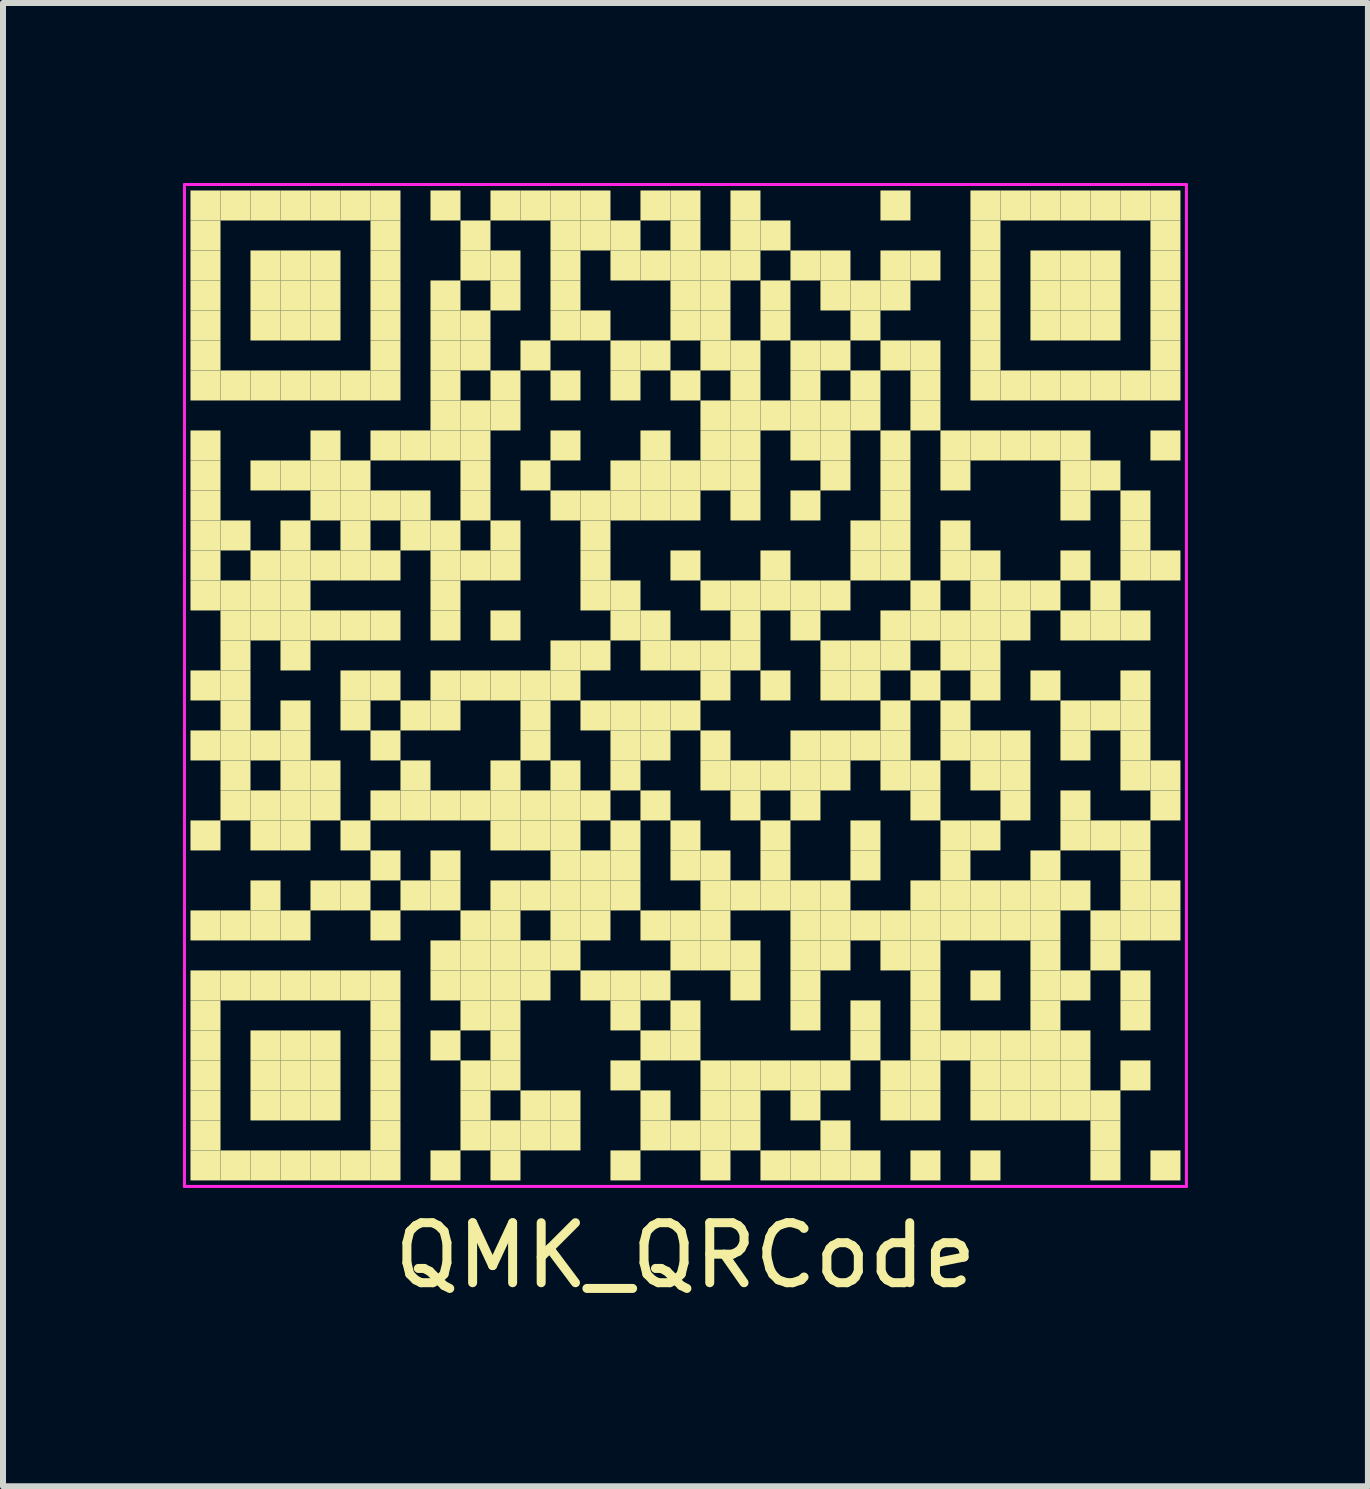
<source format=kicad_pcb>
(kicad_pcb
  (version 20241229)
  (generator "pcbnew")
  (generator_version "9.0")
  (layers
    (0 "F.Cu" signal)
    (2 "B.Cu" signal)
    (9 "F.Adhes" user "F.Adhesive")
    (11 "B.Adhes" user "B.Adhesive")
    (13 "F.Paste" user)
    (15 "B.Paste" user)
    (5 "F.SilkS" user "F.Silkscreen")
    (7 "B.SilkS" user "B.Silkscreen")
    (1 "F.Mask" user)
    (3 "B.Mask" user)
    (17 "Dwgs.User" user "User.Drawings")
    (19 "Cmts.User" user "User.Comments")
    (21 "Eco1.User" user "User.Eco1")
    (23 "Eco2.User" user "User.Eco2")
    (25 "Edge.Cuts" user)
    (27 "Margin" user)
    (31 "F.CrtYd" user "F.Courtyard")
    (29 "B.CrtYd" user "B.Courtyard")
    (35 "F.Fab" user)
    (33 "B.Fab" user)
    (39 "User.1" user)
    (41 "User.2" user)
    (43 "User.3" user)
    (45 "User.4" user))
  (footprint "QMK_QRCode"
    (layer "F.Cu")
    (at 8.375 8.375)
    (property "Reference" "QMK_QRCode" (at 0 9.5 0) (layer "F.SilkS") (effects (font (size 1 1) (thickness 0.15))))
    (attr through_hole)
    (fp_poly (pts (xy -7.75 -7.75) (xy -7.75 -8.25) (xy -8.25 -8.25) (xy -8.25 -7.75)) (stroke (width 0) (type solid)) (fill yes) (layer "F.SilkS"))
    (fp_poly (pts (xy -7.75 -7.25) (xy -7.75 -7.75) (xy -8.25 -7.75) (xy -8.25 -7.25)) (stroke (width 0) (type solid)) (fill yes) (layer "F.SilkS"))
    (fp_poly (pts (xy -7.75 -6.75) (xy -7.75 -7.25) (xy -8.25 -7.25) (xy -8.25 -6.75)) (stroke (width 0) (type solid)) (fill yes) (layer "F.SilkS"))
    (fp_poly (pts (xy -7.75 -6.25) (xy -7.75 -6.75) (xy -8.25 -6.75) (xy -8.25 -6.25)) (stroke (width 0) (type solid)) (fill yes) (layer "F.SilkS"))
    (fp_poly (pts (xy -7.75 -5.75) (xy -7.75 -6.25) (xy -8.25 -6.25) (xy -8.25 -5.75)) (stroke (width 0) (type solid)) (fill yes) (layer "F.SilkS"))
    (fp_poly (pts (xy -7.75 -5.25) (xy -7.75 -5.75) (xy -8.25 -5.75) (xy -8.25 -5.25)) (stroke (width 0) (type solid)) (fill yes) (layer "F.SilkS"))
    (fp_poly (pts (xy -7.75 -4.75) (xy -7.75 -5.25) (xy -8.25 -5.25) (xy -8.25 -4.75)) (stroke (width 0) (type solid)) (fill yes) (layer "F.SilkS"))
    (fp_poly (pts (xy -7.75 -3.75) (xy -7.75 -4.25) (xy -8.25 -4.25) (xy -8.25 -3.75)) (stroke (width 0) (type solid)) (fill yes) (layer "F.SilkS"))
    (fp_poly (pts (xy -7.75 -3.25) (xy -7.75 -3.75) (xy -8.25 -3.75) (xy -8.25 -3.25)) (stroke (width 0) (type solid)) (fill yes) (layer "F.SilkS"))
    (fp_poly (pts (xy -7.75 -2.75) (xy -7.75 -3.25) (xy -8.25 -3.25) (xy -8.25 -2.75)) (stroke (width 0) (type solid)) (fill yes) (layer "F.SilkS"))
    (fp_poly (pts (xy -7.75 -2.25) (xy -7.75 -2.75) (xy -8.25 -2.75) (xy -8.25 -2.25)) (stroke (width 0) (type solid)) (fill yes) (layer "F.SilkS"))
    (fp_poly (pts (xy -7.75 -1.75) (xy -7.75 -2.25) (xy -8.25 -2.25) (xy -8.25 -1.75)) (stroke (width 0) (type solid)) (fill yes) (layer "F.SilkS"))
    (fp_poly (pts (xy -7.75 -1.25) (xy -7.75 -1.75) (xy -8.25 -1.75) (xy -8.25 -1.25)) (stroke (width 0) (type solid)) (fill yes) (layer "F.SilkS"))
    (fp_poly (pts (xy -7.75 0.25) (xy -7.75 -0.25) (xy -8.25 -0.25) (xy -8.25 0.25)) (stroke (width 0) (type solid)) (fill yes) (layer "F.SilkS"))
    (fp_poly (pts (xy -7.75 1.25) (xy -7.75 0.75) (xy -8.25 0.75) (xy -8.25 1.25)) (stroke (width 0) (type solid)) (fill yes) (layer "F.SilkS"))
    (fp_poly (pts (xy -7.75 2.75) (xy -7.75 2.25) (xy -8.25 2.25) (xy -8.25 2.75)) (stroke (width 0) (type solid)) (fill yes) (layer "F.SilkS"))
    (fp_poly (pts (xy -7.75 4.25) (xy -7.75 3.75) (xy -8.25 3.75) (xy -8.25 4.25)) (stroke (width 0) (type solid)) (fill yes) (layer "F.SilkS"))
    (fp_poly (pts (xy -7.75 5.25) (xy -7.75 4.75) (xy -8.25 4.75) (xy -8.25 5.25)) (stroke (width 0) (type solid)) (fill yes) (layer "F.SilkS"))
    (fp_poly (pts (xy -7.75 5.75) (xy -7.75 5.25) (xy -8.25 5.25) (xy -8.25 5.75)) (stroke (width 0) (type solid)) (fill yes) (layer "F.SilkS"))
    (fp_poly (pts (xy -7.75 6.25) (xy -7.75 5.75) (xy -8.25 5.75) (xy -8.25 6.25)) (stroke (width 0) (type solid)) (fill yes) (layer "F.SilkS"))
    (fp_poly (pts (xy -7.75 6.75) (xy -7.75 6.25) (xy -8.25 6.25) (xy -8.25 6.75)) (stroke (width 0) (type solid)) (fill yes) (layer "F.SilkS"))
    (fp_poly (pts (xy -7.75 7.25) (xy -7.75 6.75) (xy -8.25 6.75) (xy -8.25 7.25)) (stroke (width 0) (type solid)) (fill yes) (layer "F.SilkS"))
    (fp_poly (pts (xy -7.75 7.75) (xy -7.75 7.25) (xy -8.25 7.25) (xy -8.25 7.75)) (stroke (width 0) (type solid)) (fill yes) (layer "F.SilkS"))
    (fp_poly (pts (xy -7.75 8.25) (xy -7.75 7.75) (xy -8.25 7.75) (xy -8.25 8.25)) (stroke (width 0) (type solid)) (fill yes) (layer "F.SilkS"))
    (fp_poly (pts (xy -7.25 -7.75) (xy -7.25 -8.25) (xy -7.75 -8.25) (xy -7.75 -7.75)) (stroke (width 0) (type solid)) (fill yes) (layer "F.SilkS"))
    (fp_poly (pts (xy -7.25 -4.75) (xy -7.25 -5.25) (xy -7.75 -5.25) (xy -7.75 -4.75)) (stroke (width 0) (type solid)) (fill yes) (layer "F.SilkS"))
    (fp_poly (pts (xy -7.25 -2.25) (xy -7.25 -2.75) (xy -7.75 -2.75) (xy -7.75 -2.25)) (stroke (width 0) (type solid)) (fill yes) (layer "F.SilkS"))
    (fp_poly (pts (xy -7.25 -1.25) (xy -7.25 -1.75) (xy -7.75 -1.75) (xy -7.75 -1.25)) (stroke (width 0) (type solid)) (fill yes) (layer "F.SilkS"))
    (fp_poly (pts (xy -7.25 -0.75) (xy -7.25 -1.25) (xy -7.75 -1.25) (xy -7.75 -0.75)) (stroke (width 0) (type solid)) (fill yes) (layer "F.SilkS"))
    (fp_poly (pts (xy -7.25 -0.25) (xy -7.25 -0.75) (xy -7.75 -0.75) (xy -7.75 -0.25)) (stroke (width 0) (type solid)) (fill yes) (layer "F.SilkS"))
    (fp_poly (pts (xy -7.25 0.25) (xy -7.25 -0.25) (xy -7.75 -0.25) (xy -7.75 0.25)) (stroke (width 0) (type solid)) (fill yes) (layer "F.SilkS"))
    (fp_poly (pts (xy -7.25 0.75) (xy -7.25 0.25) (xy -7.75 0.25) (xy -7.75 0.75)) (stroke (width 0) (type solid)) (fill yes) (layer "F.SilkS"))
    (fp_poly (pts (xy -7.25 1.25) (xy -7.25 0.75) (xy -7.75 0.75) (xy -7.75 1.25)) (stroke (width 0) (type solid)) (fill yes) (layer "F.SilkS"))
    (fp_poly (pts (xy -7.25 1.75) (xy -7.25 1.25) (xy -7.75 1.25) (xy -7.75 1.75)) (stroke (width 0) (type solid)) (fill yes) (layer "F.SilkS"))
    (fp_poly (pts (xy -7.25 2.25) (xy -7.25 1.75) (xy -7.75 1.75) (xy -7.75 2.25)) (stroke (width 0) (type solid)) (fill yes) (layer "F.SilkS"))
    (fp_poly (pts (xy -7.25 4.25) (xy -7.25 3.75) (xy -7.75 3.75) (xy -7.75 4.25)) (stroke (width 0) (type solid)) (fill yes) (layer "F.SilkS"))
    (fp_poly (pts (xy -7.25 5.25) (xy -7.25 4.75) (xy -7.75 4.75) (xy -7.75 5.25)) (stroke (width 0) (type solid)) (fill yes) (layer "F.SilkS"))
    (fp_poly (pts (xy -7.25 8.25) (xy -7.25 7.75) (xy -7.75 7.75) (xy -7.75 8.25)) (stroke (width 0) (type solid)) (fill yes) (layer "F.SilkS"))
    (fp_poly (pts (xy -6.75 -7.75) (xy -6.75 -8.25) (xy -7.25 -8.25) (xy -7.25 -7.75)) (stroke (width 0) (type solid)) (fill yes) (layer "F.SilkS"))
    (fp_poly (pts (xy -6.75 -6.75) (xy -6.75 -7.25) (xy -7.25 -7.25) (xy -7.25 -6.75)) (stroke (width 0) (type solid)) (fill yes) (layer "F.SilkS"))
    (fp_poly (pts (xy -6.75 -6.25) (xy -6.75 -6.75) (xy -7.25 -6.75) (xy -7.25 -6.25)) (stroke (width 0) (type solid)) (fill yes) (layer "F.SilkS"))
    (fp_poly (pts (xy -6.75 -5.75) (xy -6.75 -6.25) (xy -7.25 -6.25) (xy -7.25 -5.75)) (stroke (width 0) (type solid)) (fill yes) (layer "F.SilkS"))
    (fp_poly (pts (xy -6.75 -4.75) (xy -6.75 -5.25) (xy -7.25 -5.25) (xy -7.25 -4.75)) (stroke (width 0) (type solid)) (fill yes) (layer "F.SilkS"))
    (fp_poly (pts (xy -6.75 -3.25) (xy -6.75 -3.75) (xy -7.25 -3.75) (xy -7.25 -3.25)) (stroke (width 0) (type solid)) (fill yes) (layer "F.SilkS"))
    (fp_poly (pts (xy -6.75 -1.75) (xy -6.75 -2.25) (xy -7.25 -2.25) (xy -7.25 -1.75)) (stroke (width 0) (type solid)) (fill yes) (layer "F.SilkS"))
    (fp_poly (pts (xy -6.75 -1.25) (xy -6.75 -1.75) (xy -7.25 -1.75) (xy -7.25 -1.25)) (stroke (width 0) (type solid)) (fill yes) (layer "F.SilkS"))
    (fp_poly (pts (xy -6.75 -0.75) (xy -6.75 -1.25) (xy -7.25 -1.25) (xy -7.25 -0.75)) (stroke (width 0) (type solid)) (fill yes) (layer "F.SilkS"))
    (fp_poly (pts (xy -6.75 1.25) (xy -6.75 0.75) (xy -7.25 0.75) (xy -7.25 1.25)) (stroke (width 0) (type solid)) (fill yes) (layer "F.SilkS"))
    (fp_poly (pts (xy -6.75 2.25) (xy -6.75 1.75) (xy -7.25 1.75) (xy -7.25 2.25)) (stroke (width 0) (type solid)) (fill yes) (layer "F.SilkS"))
    (fp_poly (pts (xy -6.75 2.75) (xy -6.75 2.25) (xy -7.25 2.25) (xy -7.25 2.75)) (stroke (width 0) (type solid)) (fill yes) (layer "F.SilkS"))
    (fp_poly (pts (xy -6.75 3.75) (xy -6.75 3.25) (xy -7.25 3.25) (xy -7.25 3.75)) (stroke (width 0) (type solid)) (fill yes) (layer "F.SilkS"))
    (fp_poly (pts (xy -6.75 4.25) (xy -6.75 3.75) (xy -7.25 3.75) (xy -7.25 4.25)) (stroke (width 0) (type solid)) (fill yes) (layer "F.SilkS"))
    (fp_poly (pts (xy -6.75 5.25) (xy -6.75 4.75) (xy -7.25 4.75) (xy -7.25 5.25)) (stroke (width 0) (type solid)) (fill yes) (layer "F.SilkS"))
    (fp_poly (pts (xy -6.75 6.25) (xy -6.75 5.75) (xy -7.25 5.75) (xy -7.25 6.25)) (stroke (width 0) (type solid)) (fill yes) (layer "F.SilkS"))
    (fp_poly (pts (xy -6.75 6.75) (xy -6.75 6.25) (xy -7.25 6.25) (xy -7.25 6.75)) (stroke (width 0) (type solid)) (fill yes) (layer "F.SilkS"))
    (fp_poly (pts (xy -6.75 7.25) (xy -6.75 6.75) (xy -7.25 6.75) (xy -7.25 7.25)) (stroke (width 0) (type solid)) (fill yes) (layer "F.SilkS"))
    (fp_poly (pts (xy -6.75 8.25) (xy -6.75 7.75) (xy -7.25 7.75) (xy -7.25 8.25)) (stroke (width 0) (type solid)) (fill yes) (layer "F.SilkS"))
    (fp_poly (pts (xy -6.25 -7.75) (xy -6.25 -8.25) (xy -6.75 -8.25) (xy -6.75 -7.75)) (stroke (width 0) (type solid)) (fill yes) (layer "F.SilkS"))
    (fp_poly (pts (xy -6.25 -6.75) (xy -6.25 -7.25) (xy -6.75 -7.25) (xy -6.75 -6.75)) (stroke (width 0) (type solid)) (fill yes) (layer "F.SilkS"))
    (fp_poly (pts (xy -6.25 -6.25) (xy -6.25 -6.75) (xy -6.75 -6.75) (xy -6.75 -6.25)) (stroke (width 0) (type solid)) (fill yes) (layer "F.SilkS"))
    (fp_poly (pts (xy -6.25 -5.75) (xy -6.25 -6.25) (xy -6.75 -6.25) (xy -6.75 -5.75)) (stroke (width 0) (type solid)) (fill yes) (layer "F.SilkS"))
    (fp_poly (pts (xy -6.25 -4.75) (xy -6.25 -5.25) (xy -6.75 -5.25) (xy -6.75 -4.75)) (stroke (width 0) (type solid)) (fill yes) (layer "F.SilkS"))
    (fp_poly (pts (xy -6.25 -3.25) (xy -6.25 -3.75) (xy -6.75 -3.75) (xy -6.75 -3.25)) (stroke (width 0) (type solid)) (fill yes) (layer "F.SilkS"))
    (fp_poly (pts (xy -6.25 -2.25) (xy -6.25 -2.75) (xy -6.75 -2.75) (xy -6.75 -2.25)) (stroke (width 0) (type solid)) (fill yes) (layer "F.SilkS"))
    (fp_poly (pts (xy -6.25 -1.75) (xy -6.25 -2.25) (xy -6.75 -2.25) (xy -6.75 -1.75)) (stroke (width 0) (type solid)) (fill yes) (layer "F.SilkS"))
    (fp_poly (pts (xy -6.25 -1.25) (xy -6.25 -1.75) (xy -6.75 -1.75) (xy -6.75 -1.25)) (stroke (width 0) (type solid)) (fill yes) (layer "F.SilkS"))
    (fp_poly (pts (xy -6.25 -0.75) (xy -6.25 -1.25) (xy -6.75 -1.25) (xy -6.75 -0.75)) (stroke (width 0) (type solid)) (fill yes) (layer "F.SilkS"))
    (fp_poly (pts (xy -6.25 -0.25) (xy -6.25 -0.75) (xy -6.75 -0.75) (xy -6.75 -0.25)) (stroke (width 0) (type solid)) (fill yes) (layer "F.SilkS"))
    (fp_poly (pts (xy -6.25 0.75) (xy -6.25 0.25) (xy -6.75 0.25) (xy -6.75 0.75)) (stroke (width 0) (type solid)) (fill yes) (layer "F.SilkS"))
    (fp_poly (pts (xy -6.25 1.25) (xy -6.25 0.75) (xy -6.75 0.75) (xy -6.75 1.25)) (stroke (width 0) (type solid)) (fill yes) (layer "F.SilkS"))
    (fp_poly (pts (xy -6.25 1.75) (xy -6.25 1.25) (xy -6.75 1.25) (xy -6.75 1.75)) (stroke (width 0) (type solid)) (fill yes) (layer "F.SilkS"))
    (fp_poly (pts (xy -6.25 2.25) (xy -6.25 1.75) (xy -6.75 1.75) (xy -6.75 2.25)) (stroke (width 0) (type solid)) (fill yes) (layer "F.SilkS"))
    (fp_poly (pts (xy -6.25 2.75) (xy -6.25 2.25) (xy -6.75 2.25) (xy -6.75 2.75)) (stroke (width 0) (type solid)) (fill yes) (layer "F.SilkS"))
    (fp_poly (pts (xy -6.25 4.25) (xy -6.25 3.75) (xy -6.75 3.75) (xy -6.75 4.25)) (stroke (width 0) (type solid)) (fill yes) (layer "F.SilkS"))
    (fp_poly (pts (xy -6.25 5.25) (xy -6.25 4.75) (xy -6.75 4.75) (xy -6.75 5.25)) (stroke (width 0) (type solid)) (fill yes) (layer "F.SilkS"))
    (fp_poly (pts (xy -6.25 6.25) (xy -6.25 5.75) (xy -6.75 5.75) (xy -6.75 6.25)) (stroke (width 0) (type solid)) (fill yes) (layer "F.SilkS"))
    (fp_poly (pts (xy -6.25 6.75) (xy -6.25 6.25) (xy -6.75 6.25) (xy -6.75 6.75)) (stroke (width 0) (type solid)) (fill yes) (layer "F.SilkS"))
    (fp_poly (pts (xy -6.25 7.25) (xy -6.25 6.75) (xy -6.75 6.75) (xy -6.75 7.25)) (stroke (width 0) (type solid)) (fill yes) (layer "F.SilkS"))
    (fp_poly (pts (xy -6.25 8.25) (xy -6.25 7.75) (xy -6.75 7.75) (xy -6.75 8.25)) (stroke (width 0) (type solid)) (fill yes) (layer "F.SilkS"))
    (fp_poly (pts (xy -5.75 -7.75) (xy -5.75 -8.25) (xy -6.25 -8.25) (xy -6.25 -7.75)) (stroke (width 0) (type solid)) (fill yes) (layer "F.SilkS"))
    (fp_poly (pts (xy -5.75 -6.75) (xy -5.75 -7.25) (xy -6.25 -7.25) (xy -6.25 -6.75)) (stroke (width 0) (type solid)) (fill yes) (layer "F.SilkS"))
    (fp_poly (pts (xy -5.75 -6.25) (xy -5.75 -6.75) (xy -6.25 -6.75) (xy -6.25 -6.25)) (stroke (width 0) (type solid)) (fill yes) (layer "F.SilkS"))
    (fp_poly (pts (xy -5.75 -5.75) (xy -5.75 -6.25) (xy -6.25 -6.25) (xy -6.25 -5.75)) (stroke (width 0) (type solid)) (fill yes) (layer "F.SilkS"))
    (fp_poly (pts (xy -5.75 -4.75) (xy -5.75 -5.25) (xy -6.25 -5.25) (xy -6.25 -4.75)) (stroke (width 0) (type solid)) (fill yes) (layer "F.SilkS"))
    (fp_poly (pts (xy -5.75 -3.75) (xy -5.75 -4.25) (xy -6.25 -4.25) (xy -6.25 -3.75)) (stroke (width 0) (type solid)) (fill yes) (layer "F.SilkS"))
    (fp_poly (pts (xy -5.75 -3.25) (xy -5.75 -3.75) (xy -6.25 -3.75) (xy -6.25 -3.25)) (stroke (width 0) (type solid)) (fill yes) (layer "F.SilkS"))
    (fp_poly (pts (xy -5.75 -2.75) (xy -5.75 -3.25) (xy -6.25 -3.25) (xy -6.25 -2.75)) (stroke (width 0) (type solid)) (fill yes) (layer "F.SilkS"))
    (fp_poly (pts (xy -5.75 -1.75) (xy -5.75 -2.25) (xy -6.25 -2.25) (xy -6.25 -1.75)) (stroke (width 0) (type solid)) (fill yes) (layer "F.SilkS"))
    (fp_poly (pts (xy -5.75 -0.75) (xy -5.75 -1.25) (xy -6.25 -1.25) (xy -6.25 -0.75)) (stroke (width 0) (type solid)) (fill yes) (layer "F.SilkS"))
    (fp_poly (pts (xy -5.75 1.75) (xy -5.75 1.25) (xy -6.25 1.25) (xy -6.25 1.75)) (stroke (width 0) (type solid)) (fill yes) (layer "F.SilkS"))
    (fp_poly (pts (xy -5.75 2.25) (xy -5.75 1.75) (xy -6.25 1.75) (xy -6.25 2.25)) (stroke (width 0) (type solid)) (fill yes) (layer "F.SilkS"))
    (fp_poly (pts (xy -5.75 3.75) (xy -5.75 3.25) (xy -6.25 3.25) (xy -6.25 3.75)) (stroke (width 0) (type solid)) (fill yes) (layer "F.SilkS"))
    (fp_poly (pts (xy -5.75 5.25) (xy -5.75 4.75) (xy -6.25 4.75) (xy -6.25 5.25)) (stroke (width 0) (type solid)) (fill yes) (layer "F.SilkS"))
    (fp_poly (pts (xy -5.75 6.25) (xy -5.75 5.75) (xy -6.25 5.75) (xy -6.25 6.25)) (stroke (width 0) (type solid)) (fill yes) (layer "F.SilkS"))
    (fp_poly (pts (xy -5.75 6.75) (xy -5.75 6.25) (xy -6.25 6.25) (xy -6.25 6.75)) (stroke (width 0) (type solid)) (fill yes) (layer "F.SilkS"))
    (fp_poly (pts (xy -5.75 7.25) (xy -5.75 6.75) (xy -6.25 6.75) (xy -6.25 7.25)) (stroke (width 0) (type solid)) (fill yes) (layer "F.SilkS"))
    (fp_poly (pts (xy -5.75 8.25) (xy -5.75 7.75) (xy -6.25 7.75) (xy -6.25 8.25)) (stroke (width 0) (type solid)) (fill yes) (layer "F.SilkS"))
    (fp_poly (pts (xy -5.25 -7.75) (xy -5.25 -8.25) (xy -5.75 -8.25) (xy -5.75 -7.75)) (stroke (width 0) (type solid)) (fill yes) (layer "F.SilkS"))
    (fp_poly (pts (xy -5.25 -4.75) (xy -5.25 -5.25) (xy -5.75 -5.25) (xy -5.75 -4.75)) (stroke (width 0) (type solid)) (fill yes) (layer "F.SilkS"))
    (fp_poly (pts (xy -5.25 -3.25) (xy -5.25 -3.75) (xy -5.75 -3.75) (xy -5.75 -3.25)) (stroke (width 0) (type solid)) (fill yes) (layer "F.SilkS"))
    (fp_poly (pts (xy -5.25 -2.75) (xy -5.25 -3.25) (xy -5.75 -3.25) (xy -5.75 -2.75)) (stroke (width 0) (type solid)) (fill yes) (layer "F.SilkS"))
    (fp_poly (pts (xy -5.25 -2.25) (xy -5.25 -2.75) (xy -5.75 -2.75) (xy -5.75 -2.25)) (stroke (width 0) (type solid)) (fill yes) (layer "F.SilkS"))
    (fp_poly (pts (xy -5.25 -1.75) (xy -5.25 -2.25) (xy -5.75 -2.25) (xy -5.75 -1.75)) (stroke (width 0) (type solid)) (fill yes) (layer "F.SilkS"))
    (fp_poly (pts (xy -5.25 -0.75) (xy -5.25 -1.25) (xy -5.75 -1.25) (xy -5.75 -0.75)) (stroke (width 0) (type solid)) (fill yes) (layer "F.SilkS"))
    (fp_poly (pts (xy -5.25 0.25) (xy -5.25 -0.25) (xy -5.75 -0.25) (xy -5.75 0.25)) (stroke (width 0) (type solid)) (fill yes) (layer "F.SilkS"))
    (fp_poly (pts (xy -5.25 0.75) (xy -5.25 0.25) (xy -5.75 0.25) (xy -5.75 0.75)) (stroke (width 0) (type solid)) (fill yes) (layer "F.SilkS"))
    (fp_poly (pts (xy -5.25 2.75) (xy -5.25 2.25) (xy -5.75 2.25) (xy -5.75 2.75)) (stroke (width 0) (type solid)) (fill yes) (layer "F.SilkS"))
    (fp_poly (pts (xy -5.25 3.75) (xy -5.25 3.25) (xy -5.75 3.25) (xy -5.75 3.75)) (stroke (width 0) (type solid)) (fill yes) (layer "F.SilkS"))
    (fp_poly (pts (xy -5.25 5.25) (xy -5.25 4.75) (xy -5.75 4.75) (xy -5.75 5.25)) (stroke (width 0) (type solid)) (fill yes) (layer "F.SilkS"))
    (fp_poly (pts (xy -5.25 8.25) (xy -5.25 7.75) (xy -5.75 7.75) (xy -5.75 8.25)) (stroke (width 0) (type solid)) (fill yes) (layer "F.SilkS"))
    (fp_poly (pts (xy -4.75 -7.75) (xy -4.75 -8.25) (xy -5.25 -8.25) (xy -5.25 -7.75)) (stroke (width 0) (type solid)) (fill yes) (layer "F.SilkS"))
    (fp_poly (pts (xy -4.75 -7.25) (xy -4.75 -7.75) (xy -5.25 -7.75) (xy -5.25 -7.25)) (stroke (width 0) (type solid)) (fill yes) (layer "F.SilkS"))
    (fp_poly (pts (xy -4.75 -6.75) (xy -4.75 -7.25) (xy -5.25 -7.25) (xy -5.25 -6.75)) (stroke (width 0) (type solid)) (fill yes) (layer "F.SilkS"))
    (fp_poly (pts (xy -4.75 -6.25) (xy -4.75 -6.75) (xy -5.25 -6.75) (xy -5.25 -6.25)) (stroke (width 0) (type solid)) (fill yes) (layer "F.SilkS"))
    (fp_poly (pts (xy -4.75 -5.75) (xy -4.75 -6.25) (xy -5.25 -6.25) (xy -5.25 -5.75)) (stroke (width 0) (type solid)) (fill yes) (layer "F.SilkS"))
    (fp_poly (pts (xy -4.75 -5.25) (xy -4.75 -5.75) (xy -5.25 -5.75) (xy -5.25 -5.25)) (stroke (width 0) (type solid)) (fill yes) (layer "F.SilkS"))
    (fp_poly (pts (xy -4.75 -4.75) (xy -4.75 -5.25) (xy -5.25 -5.25) (xy -5.25 -4.75)) (stroke (width 0) (type solid)) (fill yes) (layer "F.SilkS"))
    (fp_poly (pts (xy -4.75 -3.75) (xy -4.75 -4.25) (xy -5.25 -4.25) (xy -5.25 -3.75)) (stroke (width 0) (type solid)) (fill yes) (layer "F.SilkS"))
    (fp_poly (pts (xy -4.75 -2.75) (xy -4.75 -3.25) (xy -5.25 -3.25) (xy -5.25 -2.75)) (stroke (width 0) (type solid)) (fill yes) (layer "F.SilkS"))
    (fp_poly (pts (xy -4.75 -1.75) (xy -4.75 -2.25) (xy -5.25 -2.25) (xy -5.25 -1.75)) (stroke (width 0) (type solid)) (fill yes) (layer "F.SilkS"))
    (fp_poly (pts (xy -4.75 -0.75) (xy -4.75 -1.25) (xy -5.25 -1.25) (xy -5.25 -0.75)) (stroke (width 0) (type solid)) (fill yes) (layer "F.SilkS"))
    (fp_poly (pts (xy -4.75 0.25) (xy -4.75 -0.25) (xy -5.25 -0.25) (xy -5.25 0.25)) (stroke (width 0) (type solid)) (fill yes) (layer "F.SilkS"))
    (fp_poly (pts (xy -4.75 1.25) (xy -4.75 0.75) (xy -5.25 0.75) (xy -5.25 1.25)) (stroke (width 0) (type solid)) (fill yes) (layer "F.SilkS"))
    (fp_poly (pts (xy -4.75 2.25) (xy -4.75 1.75) (xy -5.25 1.75) (xy -5.25 2.25)) (stroke (width 0) (type solid)) (fill yes) (layer "F.SilkS"))
    (fp_poly (pts (xy -4.75 3.25) (xy -4.75 2.75) (xy -5.25 2.75) (xy -5.25 3.25)) (stroke (width 0) (type solid)) (fill yes) (layer "F.SilkS"))
    (fp_poly (pts (xy -4.75 4.25) (xy -4.75 3.75) (xy -5.25 3.75) (xy -5.25 4.25)) (stroke (width 0) (type solid)) (fill yes) (layer "F.SilkS"))
    (fp_poly (pts (xy -4.75 5.25) (xy -4.75 4.75) (xy -5.25 4.75) (xy -5.25 5.25)) (stroke (width 0) (type solid)) (fill yes) (layer "F.SilkS"))
    (fp_poly (pts (xy -4.75 5.75) (xy -4.75 5.25) (xy -5.25 5.25) (xy -5.25 5.75)) (stroke (width 0) (type solid)) (fill yes) (layer "F.SilkS"))
    (fp_poly (pts (xy -4.75 6.25) (xy -4.75 5.75) (xy -5.25 5.75) (xy -5.25 6.25)) (stroke (width 0) (type solid)) (fill yes) (layer "F.SilkS"))
    (fp_poly (pts (xy -4.75 6.75) (xy -4.75 6.25) (xy -5.25 6.25) (xy -5.25 6.75)) (stroke (width 0) (type solid)) (fill yes) (layer "F.SilkS"))
    (fp_poly (pts (xy -4.75 7.25) (xy -4.75 6.75) (xy -5.25 6.75) (xy -5.25 7.25)) (stroke (width 0) (type solid)) (fill yes) (layer "F.SilkS"))
    (fp_poly (pts (xy -4.75 7.75) (xy -4.75 7.25) (xy -5.25 7.25) (xy -5.25 7.75)) (stroke (width 0) (type solid)) (fill yes) (layer "F.SilkS"))
    (fp_poly (pts (xy -4.75 8.25) (xy -4.75 7.75) (xy -5.25 7.75) (xy -5.25 8.25)) (stroke (width 0) (type solid)) (fill yes) (layer "F.SilkS"))
    (fp_poly (pts (xy -4.25 -3.75) (xy -4.25 -4.25) (xy -4.75 -4.25) (xy -4.75 -3.75)) (stroke (width 0) (type solid)) (fill yes) (layer "F.SilkS"))
    (fp_poly (pts (xy -4.25 -2.75) (xy -4.25 -3.25) (xy -4.75 -3.25) (xy -4.75 -2.75)) (stroke (width 0) (type solid)) (fill yes) (layer "F.SilkS"))
    (fp_poly (pts (xy -4.25 -2.25) (xy -4.25 -2.75) (xy -4.75 -2.75) (xy -4.75 -2.25)) (stroke (width 0) (type solid)) (fill yes) (layer "F.SilkS"))
    (fp_poly (pts (xy -4.25 0.75) (xy -4.25 0.25) (xy -4.75 0.25) (xy -4.75 0.75)) (stroke (width 0) (type solid)) (fill yes) (layer "F.SilkS"))
    (fp_poly (pts (xy -4.25 1.75) (xy -4.25 1.25) (xy -4.75 1.25) (xy -4.75 1.75)) (stroke (width 0) (type solid)) (fill yes) (layer "F.SilkS"))
    (fp_poly (pts (xy -4.25 2.25) (xy -4.25 1.75) (xy -4.75 1.75) (xy -4.75 2.25)) (stroke (width 0) (type solid)) (fill yes) (layer "F.SilkS"))
    (fp_poly (pts (xy -4.25 3.75) (xy -4.25 3.25) (xy -4.75 3.25) (xy -4.75 3.75)) (stroke (width 0) (type solid)) (fill yes) (layer "F.SilkS"))
    (fp_poly (pts (xy -3.75 -7.75) (xy -3.75 -8.25) (xy -4.25 -8.25) (xy -4.25 -7.75)) (stroke (width 0) (type solid)) (fill yes) (layer "F.SilkS"))
    (fp_poly (pts (xy -3.75 -6.25) (xy -3.75 -6.75) (xy -4.25 -6.75) (xy -4.25 -6.25)) (stroke (width 0) (type solid)) (fill yes) (layer "F.SilkS"))
    (fp_poly (pts (xy -3.75 -5.75) (xy -3.75 -6.25) (xy -4.25 -6.25) (xy -4.25 -5.75)) (stroke (width 0) (type solid)) (fill yes) (layer "F.SilkS"))
    (fp_poly (pts (xy -3.75 -5.25) (xy -3.75 -5.75) (xy -4.25 -5.75) (xy -4.25 -5.25)) (stroke (width 0) (type solid)) (fill yes) (layer "F.SilkS"))
    (fp_poly (pts (xy -3.75 -4.75) (xy -3.75 -5.25) (xy -4.25 -5.25) (xy -4.25 -4.75)) (stroke (width 0) (type solid)) (fill yes) (layer "F.SilkS"))
    (fp_poly (pts (xy -3.75 -4.25) (xy -3.75 -4.75) (xy -4.25 -4.75) (xy -4.25 -4.25)) (stroke (width 0) (type solid)) (fill yes) (layer "F.SilkS"))
    (fp_poly (pts (xy -3.75 -3.75) (xy -3.75 -4.25) (xy -4.25 -4.25) (xy -4.25 -3.75)) (stroke (width 0) (type solid)) (fill yes) (layer "F.SilkS"))
    (fp_poly (pts (xy -3.75 -2.25) (xy -3.75 -2.75) (xy -4.25 -2.75) (xy -4.25 -2.25)) (stroke (width 0) (type solid)) (fill yes) (layer "F.SilkS"))
    (fp_poly (pts (xy -3.75 -1.75) (xy -3.75 -2.25) (xy -4.25 -2.25) (xy -4.25 -1.75)) (stroke (width 0) (type solid)) (fill yes) (layer "F.SilkS"))
    (fp_poly (pts (xy -3.75 -1.25) (xy -3.75 -1.75) (xy -4.25 -1.75) (xy -4.25 -1.25)) (stroke (width 0) (type solid)) (fill yes) (layer "F.SilkS"))
    (fp_poly (pts (xy -3.75 -0.75) (xy -3.75 -1.25) (xy -4.25 -1.25) (xy -4.25 -0.75)) (stroke (width 0) (type solid)) (fill yes) (layer "F.SilkS"))
    (fp_poly (pts (xy -3.75 0.25) (xy -3.75 -0.25) (xy -4.25 -0.25) (xy -4.25 0.25)) (stroke (width 0) (type solid)) (fill yes) (layer "F.SilkS"))
    (fp_poly (pts (xy -3.75 0.75) (xy -3.75 0.25) (xy -4.25 0.25) (xy -4.25 0.75)) (stroke (width 0) (type solid)) (fill yes) (layer "F.SilkS"))
    (fp_poly (pts (xy -3.75 2.25) (xy -3.75 1.75) (xy -4.25 1.75) (xy -4.25 2.25)) (stroke (width 0) (type solid)) (fill yes) (layer "F.SilkS"))
    (fp_poly (pts (xy -3.75 3.25) (xy -3.75 2.75) (xy -4.25 2.75) (xy -4.25 3.25)) (stroke (width 0) (type solid)) (fill yes) (layer "F.SilkS"))
    (fp_poly (pts (xy -3.75 3.75) (xy -3.75 3.25) (xy -4.25 3.25) (xy -4.25 3.75)) (stroke (width 0) (type solid)) (fill yes) (layer "F.SilkS"))
    (fp_poly (pts (xy -3.75 4.75) (xy -3.75 4.25) (xy -4.25 4.25) (xy -4.25 4.75)) (stroke (width 0) (type solid)) (fill yes) (layer "F.SilkS"))
    (fp_poly (pts (xy -3.75 5.25) (xy -3.75 4.75) (xy -4.25 4.75) (xy -4.25 5.25)) (stroke (width 0) (type solid)) (fill yes) (layer "F.SilkS"))
    (fp_poly (pts (xy -3.75 6.25) (xy -3.75 5.75) (xy -4.25 5.75) (xy -4.25 6.25)) (stroke (width 0) (type solid)) (fill yes) (layer "F.SilkS"))
    (fp_poly (pts (xy -3.75 8.25) (xy -3.75 7.75) (xy -4.25 7.75) (xy -4.25 8.25)) (stroke (width 0) (type solid)) (fill yes) (layer "F.SilkS"))
    (fp_poly (pts (xy -3.25 -7.25) (xy -3.25 -7.75) (xy -3.75 -7.75) (xy -3.75 -7.25)) (stroke (width 0) (type solid)) (fill yes) (layer "F.SilkS"))
    (fp_poly (pts (xy -3.25 -6.75) (xy -3.25 -7.25) (xy -3.75 -7.25) (xy -3.75 -6.75)) (stroke (width 0) (type solid)) (fill yes) (layer "F.SilkS"))
    (fp_poly (pts (xy -3.25 -5.75) (xy -3.25 -6.25) (xy -3.75 -6.25) (xy -3.75 -5.75)) (stroke (width 0) (type solid)) (fill yes) (layer "F.SilkS"))
    (fp_poly (pts (xy -3.25 -5.25) (xy -3.25 -5.75) (xy -3.75 -5.75) (xy -3.75 -5.25)) (stroke (width 0) (type solid)) (fill yes) (layer "F.SilkS"))
    (fp_poly (pts (xy -3.25 -4.25) (xy -3.25 -4.75) (xy -3.75 -4.75) (xy -3.75 -4.25)) (stroke (width 0) (type solid)) (fill yes) (layer "F.SilkS"))
    (fp_poly (pts (xy -3.25 -3.75) (xy -3.25 -4.25) (xy -3.75 -4.25) (xy -3.75 -3.75)) (stroke (width 0) (type solid)) (fill yes) (layer "F.SilkS"))
    (fp_poly (pts (xy -3.25 -3.25) (xy -3.25 -3.75) (xy -3.75 -3.75) (xy -3.75 -3.25)) (stroke (width 0) (type solid)) (fill yes) (layer "F.SilkS"))
    (fp_poly (pts (xy -3.25 -2.75) (xy -3.25 -3.25) (xy -3.75 -3.25) (xy -3.75 -2.75)) (stroke (width 0) (type solid)) (fill yes) (layer "F.SilkS"))
    (fp_poly (pts (xy -3.25 -1.75) (xy -3.25 -2.25) (xy -3.75 -2.25) (xy -3.75 -1.75)) (stroke (width 0) (type solid)) (fill yes) (layer "F.SilkS"))
    (fp_poly (pts (xy -3.25 0.25) (xy -3.25 -0.25) (xy -3.75 -0.25) (xy -3.75 0.25)) (stroke (width 0) (type solid)) (fill yes) (layer "F.SilkS"))
    (fp_poly (pts (xy -3.25 2.25) (xy -3.25 1.75) (xy -3.75 1.75) (xy -3.75 2.25)) (stroke (width 0) (type solid)) (fill yes) (layer "F.SilkS"))
    (fp_poly (pts (xy -3.25 4.25) (xy -3.25 3.75) (xy -3.75 3.75) (xy -3.75 4.25)) (stroke (width 0) (type solid)) (fill yes) (layer "F.SilkS"))
    (fp_poly (pts (xy -3.25 4.75) (xy -3.25 4.25) (xy -3.75 4.25) (xy -3.75 4.75)) (stroke (width 0) (type solid)) (fill yes) (layer "F.SilkS"))
    (fp_poly (pts (xy -3.25 5.25) (xy -3.25 4.75) (xy -3.75 4.75) (xy -3.75 5.25)) (stroke (width 0) (type solid)) (fill yes) (layer "F.SilkS"))
    (fp_poly (pts (xy -3.25 5.75) (xy -3.25 5.25) (xy -3.75 5.25) (xy -3.75 5.75)) (stroke (width 0) (type solid)) (fill yes) (layer "F.SilkS"))
    (fp_poly (pts (xy -3.25 6.75) (xy -3.25 6.25) (xy -3.75 6.25) (xy -3.75 6.75)) (stroke (width 0) (type solid)) (fill yes) (layer "F.SilkS"))
    (fp_poly (pts (xy -3.25 7.25) (xy -3.25 6.75) (xy -3.75 6.75) (xy -3.75 7.25)) (stroke (width 0) (type solid)) (fill yes) (layer "F.SilkS"))
    (fp_poly (pts (xy -3.25 7.75) (xy -3.25 7.25) (xy -3.75 7.25) (xy -3.75 7.75)) (stroke (width 0) (type solid)) (fill yes) (layer "F.SilkS"))
    (fp_poly (pts (xy -2.75 -7.75) (xy -2.75 -8.25) (xy -3.25 -8.25) (xy -3.25 -7.75)) (stroke (width 0) (type solid)) (fill yes) (layer "F.SilkS"))
    (fp_poly (pts (xy -2.75 -6.75) (xy -2.75 -7.25) (xy -3.25 -7.25) (xy -3.25 -6.75)) (stroke (width 0) (type solid)) (fill yes) (layer "F.SilkS"))
    (fp_poly (pts (xy -2.75 -6.25) (xy -2.75 -6.75) (xy -3.25 -6.75) (xy -3.25 -6.25)) (stroke (width 0) (type solid)) (fill yes) (layer "F.SilkS"))
    (fp_poly (pts (xy -2.75 -4.75) (xy -2.75 -5.25) (xy -3.25 -5.25) (xy -3.25 -4.75)) (stroke (width 0) (type solid)) (fill yes) (layer "F.SilkS"))
    (fp_poly (pts (xy -2.75 -4.25) (xy -2.75 -4.75) (xy -3.25 -4.75) (xy -3.25 -4.25)) (stroke (width 0) (type solid)) (fill yes) (layer "F.SilkS"))
    (fp_poly (pts (xy -2.75 -2.25) (xy -2.75 -2.75) (xy -3.25 -2.75) (xy -3.25 -2.25)) (stroke (width 0) (type solid)) (fill yes) (layer "F.SilkS"))
    (fp_poly (pts (xy -2.75 -1.75) (xy -2.75 -2.25) (xy -3.25 -2.25) (xy -3.25 -1.75)) (stroke (width 0) (type solid)) (fill yes) (layer "F.SilkS"))
    (fp_poly (pts (xy -2.75 -0.75) (xy -2.75 -1.25) (xy -3.25 -1.25) (xy -3.25 -0.75)) (stroke (width 0) (type solid)) (fill yes) (layer "F.SilkS"))
    (fp_poly (pts (xy -2.75 0.25) (xy -2.75 -0.25) (xy -3.25 -0.25) (xy -3.25 0.25)) (stroke (width 0) (type solid)) (fill yes) (layer "F.SilkS"))
    (fp_poly (pts (xy -2.75 1.75) (xy -2.75 1.25) (xy -3.25 1.25) (xy -3.25 1.75)) (stroke (width 0) (type solid)) (fill yes) (layer "F.SilkS"))
    (fp_poly (pts (xy -2.75 2.25) (xy -2.75 1.75) (xy -3.25 1.75) (xy -3.25 2.25)) (stroke (width 0) (type solid)) (fill yes) (layer "F.SilkS"))
    (fp_poly (pts (xy -2.75 2.75) (xy -2.75 2.25) (xy -3.25 2.25) (xy -3.25 2.75)) (stroke (width 0) (type solid)) (fill yes) (layer "F.SilkS"))
    (fp_poly (pts (xy -2.75 3.75) (xy -2.75 3.25) (xy -3.25 3.25) (xy -3.25 3.75)) (stroke (width 0) (type solid)) (fill yes) (layer "F.SilkS"))
    (fp_poly (pts (xy -2.75 4.25) (xy -2.75 3.75) (xy -3.25 3.75) (xy -3.25 4.25)) (stroke (width 0) (type solid)) (fill yes) (layer "F.SilkS"))
    (fp_poly (pts (xy -2.75 4.75) (xy -2.75 4.25) (xy -3.25 4.25) (xy -3.25 4.75)) (stroke (width 0) (type solid)) (fill yes) (layer "F.SilkS"))
    (fp_poly (pts (xy -2.75 5.25) (xy -2.75 4.75) (xy -3.25 4.75) (xy -3.25 5.25)) (stroke (width 0) (type solid)) (fill yes) (layer "F.SilkS"))
    (fp_poly (pts (xy -2.75 5.75) (xy -2.75 5.25) (xy -3.25 5.25) (xy -3.25 5.75)) (stroke (width 0) (type solid)) (fill yes) (layer "F.SilkS"))
    (fp_poly (pts (xy -2.75 6.25) (xy -2.75 5.75) (xy -3.25 5.75) (xy -3.25 6.25)) (stroke (width 0) (type solid)) (fill yes) (layer "F.SilkS"))
    (fp_poly (pts (xy -2.75 6.75) (xy -2.75 6.25) (xy -3.25 6.25) (xy -3.25 6.75)) (stroke (width 0) (type solid)) (fill yes) (layer "F.SilkS"))
    (fp_poly (pts (xy -2.75 7.75) (xy -2.75 7.25) (xy -3.25 7.25) (xy -3.25 7.75)) (stroke (width 0) (type solid)) (fill yes) (layer "F.SilkS"))
    (fp_poly (pts (xy -2.75 8.25) (xy -2.75 7.75) (xy -3.25 7.75) (xy -3.25 8.25)) (stroke (width 0) (type solid)) (fill yes) (layer "F.SilkS"))
    (fp_poly (pts (xy -2.25 -7.75) (xy -2.25 -8.25) (xy -2.75 -8.25) (xy -2.75 -7.75)) (stroke (width 0) (type solid)) (fill yes) (layer "F.SilkS"))
    (fp_poly (pts (xy -2.25 -5.25) (xy -2.25 -5.75) (xy -2.75 -5.75) (xy -2.75 -5.25)) (stroke (width 0) (type solid)) (fill yes) (layer "F.SilkS"))
    (fp_poly (pts (xy -2.25 -3.25) (xy -2.25 -3.75) (xy -2.75 -3.75) (xy -2.75 -3.25)) (stroke (width 0) (type solid)) (fill yes) (layer "F.SilkS"))
    (fp_poly (pts (xy -2.25 0.25) (xy -2.25 -0.25) (xy -2.75 -0.25) (xy -2.75 0.25)) (stroke (width 0) (type solid)) (fill yes) (layer "F.SilkS"))
    (fp_poly (pts (xy -2.25 0.75) (xy -2.25 0.25) (xy -2.75 0.25) (xy -2.75 0.75)) (stroke (width 0) (type solid)) (fill yes) (layer "F.SilkS"))
    (fp_poly (pts (xy -2.25 1.25) (xy -2.25 0.75) (xy -2.75 0.75) (xy -2.75 1.25)) (stroke (width 0) (type solid)) (fill yes) (layer "F.SilkS"))
    (fp_poly (pts (xy -2.25 2.25) (xy -2.25 1.75) (xy -2.75 1.75) (xy -2.75 2.25)) (stroke (width 0) (type solid)) (fill yes) (layer "F.SilkS"))
    (fp_poly (pts (xy -2.25 2.75) (xy -2.25 2.25) (xy -2.75 2.25) (xy -2.75 2.75)) (stroke (width 0) (type solid)) (fill yes) (layer "F.SilkS"))
    (fp_poly (pts (xy -2.25 3.75) (xy -2.25 3.25) (xy -2.75 3.25) (xy -2.75 3.75)) (stroke (width 0) (type solid)) (fill yes) (layer "F.SilkS"))
    (fp_poly (pts (xy -2.25 4.75) (xy -2.25 4.25) (xy -2.75 4.25) (xy -2.75 4.75)) (stroke (width 0) (type solid)) (fill yes) (layer "F.SilkS"))
    (fp_poly (pts (xy -2.25 5.25) (xy -2.25 4.75) (xy -2.75 4.75) (xy -2.75 5.25)) (stroke (width 0) (type solid)) (fill yes) (layer "F.SilkS"))
    (fp_poly (pts (xy -2.25 7.25) (xy -2.25 6.75) (xy -2.75 6.75) (xy -2.75 7.25)) (stroke (width 0) (type solid)) (fill yes) (layer "F.SilkS"))
    (fp_poly (pts (xy -2.25 7.75) (xy -2.25 7.25) (xy -2.75 7.25) (xy -2.75 7.75)) (stroke (width 0) (type solid)) (fill yes) (layer "F.SilkS"))
    (fp_poly (pts (xy -1.75 -7.75) (xy -1.75 -8.25) (xy -2.25 -8.25) (xy -2.25 -7.75)) (stroke (width 0) (type solid)) (fill yes) (layer "F.SilkS"))
    (fp_poly (pts (xy -1.75 -7.25) (xy -1.75 -7.75) (xy -2.25 -7.75) (xy -2.25 -7.25)) (stroke (width 0) (type solid)) (fill yes) (layer "F.SilkS"))
    (fp_poly (pts (xy -1.75 -6.75) (xy -1.75 -7.25) (xy -2.25 -7.25) (xy -2.25 -6.75)) (stroke (width 0) (type solid)) (fill yes) (layer "F.SilkS"))
    (fp_poly (pts (xy -1.75 -6.25) (xy -1.75 -6.75) (xy -2.25 -6.75) (xy -2.25 -6.25)) (stroke (width 0) (type solid)) (fill yes) (layer "F.SilkS"))
    (fp_poly (pts (xy -1.75 -5.75) (xy -1.75 -6.25) (xy -2.25 -6.25) (xy -2.25 -5.75)) (stroke (width 0) (type solid)) (fill yes) (layer "F.SilkS"))
    (fp_poly (pts (xy -1.75 -4.75) (xy -1.75 -5.25) (xy -2.25 -5.25) (xy -2.25 -4.75)) (stroke (width 0) (type solid)) (fill yes) (layer "F.SilkS"))
    (fp_poly (pts (xy -1.75 -3.75) (xy -1.75 -4.25) (xy -2.25 -4.25) (xy -2.25 -3.75)) (stroke (width 0) (type solid)) (fill yes) (layer "F.SilkS"))
    (fp_poly (pts (xy -1.75 -2.75) (xy -1.75 -3.25) (xy -2.25 -3.25) (xy -2.25 -2.75)) (stroke (width 0) (type solid)) (fill yes) (layer "F.SilkS"))
    (fp_poly (pts (xy -1.75 -0.25) (xy -1.75 -0.75) (xy -2.25 -0.75) (xy -2.25 -0.25)) (stroke (width 0) (type solid)) (fill yes) (layer "F.SilkS"))
    (fp_poly (pts (xy -1.75 0.25) (xy -1.75 -0.25) (xy -2.25 -0.25) (xy -2.25 0.25)) (stroke (width 0) (type solid)) (fill yes) (layer "F.SilkS"))
    (fp_poly (pts (xy -1.75 1.75) (xy -1.75 1.25) (xy -2.25 1.25) (xy -2.25 1.75)) (stroke (width 0) (type solid)) (fill yes) (layer "F.SilkS"))
    (fp_poly (pts (xy -1.75 2.25) (xy -1.75 1.75) (xy -2.25 1.75) (xy -2.25 2.25)) (stroke (width 0) (type solid)) (fill yes) (layer "F.SilkS"))
    (fp_poly (pts (xy -1.75 2.75) (xy -1.75 2.25) (xy -2.25 2.25) (xy -2.25 2.75)) (stroke (width 0) (type solid)) (fill yes) (layer "F.SilkS"))
    (fp_poly (pts (xy -1.75 3.25) (xy -1.75 2.75) (xy -2.25 2.75) (xy -2.25 3.25)) (stroke (width 0) (type solid)) (fill yes) (layer "F.SilkS"))
    (fp_poly (pts (xy -1.75 3.75) (xy -1.75 3.25) (xy -2.25 3.25) (xy -2.25 3.75)) (stroke (width 0) (type solid)) (fill yes) (layer "F.SilkS"))
    (fp_poly (pts (xy -1.75 4.25) (xy -1.75 3.75) (xy -2.25 3.75) (xy -2.25 4.25)) (stroke (width 0) (type solid)) (fill yes) (layer "F.SilkS"))
    (fp_poly (pts (xy -1.75 4.75) (xy -1.75 4.25) (xy -2.25 4.25) (xy -2.25 4.75)) (stroke (width 0) (type solid)) (fill yes) (layer "F.SilkS"))
    (fp_poly (pts (xy -1.75 7.25) (xy -1.75 6.75) (xy -2.25 6.75) (xy -2.25 7.25)) (stroke (width 0) (type solid)) (fill yes) (layer "F.SilkS"))
    (fp_poly (pts (xy -1.75 7.75) (xy -1.75 7.25) (xy -2.25 7.25) (xy -2.25 7.75)) (stroke (width 0) (type solid)) (fill yes) (layer "F.SilkS"))
    (fp_poly (pts (xy -1.25 -7.75) (xy -1.25 -8.25) (xy -1.75 -8.25) (xy -1.75 -7.75)) (stroke (width 0) (type solid)) (fill yes) (layer "F.SilkS"))
    (fp_poly (pts (xy -1.25 -7.25) (xy -1.25 -7.75) (xy -1.75 -7.75) (xy -1.75 -7.25)) (stroke (width 0) (type solid)) (fill yes) (layer "F.SilkS"))
    (fp_poly (pts (xy -1.25 -5.75) (xy -1.25 -6.25) (xy -1.75 -6.25) (xy -1.75 -5.75)) (stroke (width 0) (type solid)) (fill yes) (layer "F.SilkS"))
    (fp_poly (pts (xy -1.25 -2.75) (xy -1.25 -3.25) (xy -1.75 -3.25) (xy -1.75 -2.75)) (stroke (width 0) (type solid)) (fill yes) (layer "F.SilkS"))
    (fp_poly (pts (xy -1.25 -2.25) (xy -1.25 -2.75) (xy -1.75 -2.75) (xy -1.75 -2.25)) (stroke (width 0) (type solid)) (fill yes) (layer "F.SilkS"))
    (fp_poly (pts (xy -1.25 -1.75) (xy -1.25 -2.25) (xy -1.75 -2.25) (xy -1.75 -1.75)) (stroke (width 0) (type solid)) (fill yes) (layer "F.SilkS"))
    (fp_poly (pts (xy -1.25 -1.25) (xy -1.25 -1.75) (xy -1.75 -1.75) (xy -1.75 -1.25)) (stroke (width 0) (type solid)) (fill yes) (layer "F.SilkS"))
    (fp_poly (pts (xy -1.25 -0.25) (xy -1.25 -0.75) (xy -1.75 -0.75) (xy -1.75 -0.25)) (stroke (width 0) (type solid)) (fill yes) (layer "F.SilkS"))
    (fp_poly (pts (xy -1.25 0.75) (xy -1.25 0.25) (xy -1.75 0.25) (xy -1.75 0.75)) (stroke (width 0) (type solid)) (fill yes) (layer "F.SilkS"))
    (fp_poly (pts (xy -1.25 2.25) (xy -1.25 1.75) (xy -1.75 1.75) (xy -1.75 2.25)) (stroke (width 0) (type solid)) (fill yes) (layer "F.SilkS"))
    (fp_poly (pts (xy -1.25 3.25) (xy -1.25 2.75) (xy -1.75 2.75) (xy -1.75 3.25)) (stroke (width 0) (type solid)) (fill yes) (layer "F.SilkS"))
    (fp_poly (pts (xy -1.25 3.75) (xy -1.25 3.25) (xy -1.75 3.25) (xy -1.75 3.75)) (stroke (width 0) (type solid)) (fill yes) (layer "F.SilkS"))
    (fp_poly (pts (xy -1.25 4.25) (xy -1.25 3.75) (xy -1.75 3.75) (xy -1.75 4.25)) (stroke (width 0) (type solid)) (fill yes) (layer "F.SilkS"))
    (fp_poly (pts (xy -1.25 5.25) (xy -1.25 4.75) (xy -1.75 4.75) (xy -1.75 5.25)) (stroke (width 0) (type solid)) (fill yes) (layer "F.SilkS"))
    (fp_poly (pts (xy -0.75 -7.25) (xy -0.75 -7.75) (xy -1.25 -7.75) (xy -1.25 -7.25)) (stroke (width 0) (type solid)) (fill yes) (layer "F.SilkS"))
    (fp_poly (pts (xy -0.75 -6.75) (xy -0.75 -7.25) (xy -1.25 -7.25) (xy -1.25 -6.75)) (stroke (width 0) (type solid)) (fill yes) (layer "F.SilkS"))
    (fp_poly (pts (xy -0.75 -5.25) (xy -0.75 -5.75) (xy -1.25 -5.75) (xy -1.25 -5.25)) (stroke (width 0) (type solid)) (fill yes) (layer "F.SilkS"))
    (fp_poly (pts (xy -0.75 -4.75) (xy -0.75 -5.25) (xy -1.25 -5.25) (xy -1.25 -4.75)) (stroke (width 0) (type solid)) (fill yes) (layer "F.SilkS"))
    (fp_poly (pts (xy -0.75 -3.25) (xy -0.75 -3.75) (xy -1.25 -3.75) (xy -1.25 -3.25)) (stroke (width 0) (type solid)) (fill yes) (layer "F.SilkS"))
    (fp_poly (pts (xy -0.75 -2.75) (xy -0.75 -3.25) (xy -1.25 -3.25) (xy -1.25 -2.75)) (stroke (width 0) (type solid)) (fill yes) (layer "F.SilkS"))
    (fp_poly (pts (xy -0.75 -1.25) (xy -0.75 -1.75) (xy -1.25 -1.75) (xy -1.25 -1.25)) (stroke (width 0) (type solid)) (fill yes) (layer "F.SilkS"))
    (fp_poly (pts (xy -0.75 -0.75) (xy -0.75 -1.25) (xy -1.25 -1.25) (xy -1.25 -0.75)) (stroke (width 0) (type solid)) (fill yes) (layer "F.SilkS"))
    (fp_poly (pts (xy -0.75 0.75) (xy -0.75 0.25) (xy -1.25 0.25) (xy -1.25 0.75)) (stroke (width 0) (type solid)) (fill yes) (layer "F.SilkS"))
    (fp_poly (pts (xy -0.75 1.25) (xy -0.75 0.75) (xy -1.25 0.75) (xy -1.25 1.25)) (stroke (width 0) (type solid)) (fill yes) (layer "F.SilkS"))
    (fp_poly (pts (xy -0.75 1.75) (xy -0.75 1.25) (xy -1.25 1.25) (xy -1.25 1.75)) (stroke (width 0) (type solid)) (fill yes) (layer "F.SilkS"))
    (fp_poly (pts (xy -0.75 2.75) (xy -0.75 2.25) (xy -1.25 2.25) (xy -1.25 2.75)) (stroke (width 0) (type solid)) (fill yes) (layer "F.SilkS"))
    (fp_poly (pts (xy -0.75 3.25) (xy -0.75 2.75) (xy -1.25 2.75) (xy -1.25 3.25)) (stroke (width 0) (type solid)) (fill yes) (layer "F.SilkS"))
    (fp_poly (pts (xy -0.75 3.75) (xy -0.75 3.25) (xy -1.25 3.25) (xy -1.25 3.75)) (stroke (width 0) (type solid)) (fill yes) (layer "F.SilkS"))
    (fp_poly (pts (xy -0.75 5.25) (xy -0.75 4.75) (xy -1.25 4.75) (xy -1.25 5.25)) (stroke (width 0) (type solid)) (fill yes) (layer "F.SilkS"))
    (fp_poly (pts (xy -0.75 5.75) (xy -0.75 5.25) (xy -1.25 5.25) (xy -1.25 5.75)) (stroke (width 0) (type solid)) (fill yes) (layer "F.SilkS"))
    (fp_poly (pts (xy -0.75 6.75) (xy -0.75 6.25) (xy -1.25 6.25) (xy -1.25 6.75)) (stroke (width 0) (type solid)) (fill yes) (layer "F.SilkS"))
    (fp_poly (pts (xy -0.75 8.25) (xy -0.75 7.75) (xy -1.25 7.75) (xy -1.25 8.25)) (stroke (width 0) (type solid)) (fill yes) (layer "F.SilkS"))
    (fp_poly (pts (xy -0.25 -7.75) (xy -0.25 -8.25) (xy -0.75 -8.25) (xy -0.75 -7.75)) (stroke (width 0) (type solid)) (fill yes) (layer "F.SilkS"))
    (fp_poly (pts (xy -0.25 -6.75) (xy -0.25 -7.25) (xy -0.75 -7.25) (xy -0.75 -6.75)) (stroke (width 0) (type solid)) (fill yes) (layer "F.SilkS"))
    (fp_poly (pts (xy -0.25 -5.25) (xy -0.25 -5.75) (xy -0.75 -5.75) (xy -0.75 -5.25)) (stroke (width 0) (type solid)) (fill yes) (layer "F.SilkS"))
    (fp_poly (pts (xy -0.25 -3.75) (xy -0.25 -4.25) (xy -0.75 -4.25) (xy -0.75 -3.75)) (stroke (width 0) (type solid)) (fill yes) (layer "F.SilkS"))
    (fp_poly (pts (xy -0.25 -3.25) (xy -0.25 -3.75) (xy -0.75 -3.75) (xy -0.75 -3.25)) (stroke (width 0) (type solid)) (fill yes) (layer "F.SilkS"))
    (fp_poly (pts (xy -0.25 -2.75) (xy -0.25 -3.25) (xy -0.75 -3.25) (xy -0.75 -2.75)) (stroke (width 0) (type solid)) (fill yes) (layer "F.SilkS"))
    (fp_poly (pts (xy -0.25 -0.75) (xy -0.25 -1.25) (xy -0.75 -1.25) (xy -0.75 -0.75)) (stroke (width 0) (type solid)) (fill yes) (layer "F.SilkS"))
    (fp_poly (pts (xy -0.25 -0.25) (xy -0.25 -0.75) (xy -0.75 -0.75) (xy -0.75 -0.25)) (stroke (width 0) (type solid)) (fill yes) (layer "F.SilkS"))
    (fp_poly (pts (xy -0.25 0.75) (xy -0.25 0.25) (xy -0.75 0.25) (xy -0.75 0.75)) (stroke (width 0) (type solid)) (fill yes) (layer "F.SilkS"))
    (fp_poly (pts (xy -0.25 1.25) (xy -0.25 0.75) (xy -0.75 0.75) (xy -0.75 1.25)) (stroke (width 0) (type solid)) (fill yes) (layer "F.SilkS"))
    (fp_poly (pts (xy -0.25 2.25) (xy -0.25 1.75) (xy -0.75 1.75) (xy -0.75 2.25)) (stroke (width 0) (type solid)) (fill yes) (layer "F.SilkS"))
    (fp_poly (pts (xy -0.25 4.25) (xy -0.25 3.75) (xy -0.75 3.75) (xy -0.75 4.25)) (stroke (width 0) (type solid)) (fill yes) (layer "F.SilkS"))
    (fp_poly (pts (xy -0.25 5.25) (xy -0.25 4.75) (xy -0.75 4.75) (xy -0.75 5.25)) (stroke (width 0) (type solid)) (fill yes) (layer "F.SilkS"))
    (fp_poly (pts (xy -0.25 6.25) (xy -0.25 5.75) (xy -0.75 5.75) (xy -0.75 6.25)) (stroke (width 0) (type solid)) (fill yes) (layer "F.SilkS"))
    (fp_poly (pts (xy -0.25 7.25) (xy -0.25 6.75) (xy -0.75 6.75) (xy -0.75 7.25)) (stroke (width 0) (type solid)) (fill yes) (layer "F.SilkS"))
    (fp_poly (pts (xy -0.25 7.75) (xy -0.25 7.25) (xy -0.75 7.25) (xy -0.75 7.75)) (stroke (width 0) (type solid)) (fill yes) (layer "F.SilkS"))
    (fp_poly (pts (xy 0.25 -7.75) (xy 0.25 -8.25) (xy -0.25 -8.25) (xy -0.25 -7.75)) (stroke (width 0) (type solid)) (fill yes) (layer "F.SilkS"))
    (fp_poly (pts (xy 0.25 -7.25) (xy 0.25 -7.75) (xy -0.25 -7.75) (xy -0.25 -7.25)) (stroke (width 0) (type solid)) (fill yes) (layer "F.SilkS"))
    (fp_poly (pts (xy 0.25 -6.75) (xy 0.25 -7.25) (xy -0.25 -7.25) (xy -0.25 -6.75)) (stroke (width 0) (type solid)) (fill yes) (layer "F.SilkS"))
    (fp_poly (pts (xy 0.25 -6.25) (xy 0.25 -6.75) (xy -0.25 -6.75) (xy -0.25 -6.25)) (stroke (width 0) (type solid)) (fill yes) (layer "F.SilkS"))
    (fp_poly (pts (xy 0.25 -5.75) (xy 0.25 -6.25) (xy -0.25 -6.25) (xy -0.25 -5.75)) (stroke (width 0) (type solid)) (fill yes) (layer "F.SilkS"))
    (fp_poly (pts (xy 0.25 -4.75) (xy 0.25 -5.25) (xy -0.25 -5.25) (xy -0.25 -4.75)) (stroke (width 0) (type solid)) (fill yes) (layer "F.SilkS"))
    (fp_poly (pts (xy 0.25 -3.25) (xy 0.25 -3.75) (xy -0.25 -3.75) (xy -0.25 -3.25)) (stroke (width 0) (type solid)) (fill yes) (layer "F.SilkS"))
    (fp_poly (pts (xy 0.25 -2.75) (xy 0.25 -3.25) (xy -0.25 -3.25) (xy -0.25 -2.75)) (stroke (width 0) (type solid)) (fill yes) (layer "F.SilkS"))
    (fp_poly (pts (xy 0.25 -1.75) (xy 0.25 -2.25) (xy -0.25 -2.25) (xy -0.25 -1.75)) (stroke (width 0) (type solid)) (fill yes) (layer "F.SilkS"))
    (fp_poly (pts (xy 0.25 -0.25) (xy 0.25 -0.75) (xy -0.25 -0.75) (xy -0.25 -0.25)) (stroke (width 0) (type solid)) (fill yes) (layer "F.SilkS"))
    (fp_poly (pts (xy 0.25 0.75) (xy 0.25 0.25) (xy -0.25 0.25) (xy -0.25 0.75)) (stroke (width 0) (type solid)) (fill yes) (layer "F.SilkS"))
    (fp_poly (pts (xy 0.25 2.75) (xy 0.25 2.25) (xy -0.25 2.25) (xy -0.25 2.75)) (stroke (width 0) (type solid)) (fill yes) (layer "F.SilkS"))
    (fp_poly (pts (xy 0.25 3.25) (xy 0.25 2.75) (xy -0.25 2.75) (xy -0.25 3.25)) (stroke (width 0) (type solid)) (fill yes) (layer "F.SilkS"))
    (fp_poly (pts (xy 0.25 4.25) (xy 0.25 3.75) (xy -0.25 3.75) (xy -0.25 4.25)) (stroke (width 0) (type solid)) (fill yes) (layer "F.SilkS"))
    (fp_poly (pts (xy 0.25 4.75) (xy 0.25 4.25) (xy -0.25 4.25) (xy -0.25 4.75)) (stroke (width 0) (type solid)) (fill yes) (layer "F.SilkS"))
    (fp_poly (pts (xy 0.25 5.75) (xy 0.25 5.25) (xy -0.25 5.25) (xy -0.25 5.75)) (stroke (width 0) (type solid)) (fill yes) (layer "F.SilkS"))
    (fp_poly (pts (xy 0.25 6.25) (xy 0.25 5.75) (xy -0.25 5.75) (xy -0.25 6.25)) (stroke (width 0) (type solid)) (fill yes) (layer "F.SilkS"))
    (fp_poly (pts (xy 0.25 7.75) (xy 0.25 7.25) (xy -0.25 7.25) (xy -0.25 7.75)) (stroke (width 0) (type solid)) (fill yes) (layer "F.SilkS"))
    (fp_poly (pts (xy 0.75 -6.75) (xy 0.75 -7.25) (xy 0.25 -7.25) (xy 0.25 -6.75)) (stroke (width 0) (type solid)) (fill yes) (layer "F.SilkS"))
    (fp_poly (pts (xy 0.75 -6.25) (xy 0.75 -6.75) (xy 0.25 -6.75) (xy 0.25 -6.25)) (stroke (width 0) (type solid)) (fill yes) (layer "F.SilkS"))
    (fp_poly (pts (xy 0.75 -5.75) (xy 0.75 -6.25) (xy 0.25 -6.25) (xy 0.25 -5.75)) (stroke (width 0) (type solid)) (fill yes) (layer "F.SilkS"))
    (fp_poly (pts (xy 0.75 -5.25) (xy 0.75 -5.75) (xy 0.25 -5.75) (xy 0.25 -5.25)) (stroke (width 0) (type solid)) (fill yes) (layer "F.SilkS"))
    (fp_poly (pts (xy 0.75 -4.25) (xy 0.75 -4.75) (xy 0.25 -4.75) (xy 0.25 -4.25)) (stroke (width 0) (type solid)) (fill yes) (layer "F.SilkS"))
    (fp_poly (pts (xy 0.75 -3.75) (xy 0.75 -4.25) (xy 0.25 -4.25) (xy 0.25 -3.75)) (stroke (width 0) (type solid)) (fill yes) (layer "F.SilkS"))
    (fp_poly (pts (xy 0.75 -3.25) (xy 0.75 -3.75) (xy 0.25 -3.75) (xy 0.25 -3.25)) (stroke (width 0) (type solid)) (fill yes) (layer "F.SilkS"))
    (fp_poly (pts (xy 0.75 -1.25) (xy 0.75 -1.75) (xy 0.25 -1.75) (xy 0.25 -1.25)) (stroke (width 0) (type solid)) (fill yes) (layer "F.SilkS"))
    (fp_poly (pts (xy 0.75 -0.25) (xy 0.75 -0.75) (xy 0.25 -0.75) (xy 0.25 -0.25)) (stroke (width 0) (type solid)) (fill yes) (layer "F.SilkS"))
    (fp_poly (pts (xy 0.75 0.25) (xy 0.75 -0.25) (xy 0.25 -0.25) (xy 0.25 0.25)) (stroke (width 0) (type solid)) (fill yes) (layer "F.SilkS"))
    (fp_poly (pts (xy 0.75 1.25) (xy 0.75 0.75) (xy 0.25 0.75) (xy 0.25 1.25)) (stroke (width 0) (type solid)) (fill yes) (layer "F.SilkS"))
    (fp_poly (pts (xy 0.75 1.75) (xy 0.75 1.25) (xy 0.25 1.25) (xy 0.25 1.75)) (stroke (width 0) (type solid)) (fill yes) (layer "F.SilkS"))
    (fp_poly (pts (xy 0.75 3.25) (xy 0.75 2.75) (xy 0.25 2.75) (xy 0.25 3.25)) (stroke (width 0) (type solid)) (fill yes) (layer "F.SilkS"))
    (fp_poly (pts (xy 0.75 3.75) (xy 0.75 3.25) (xy 0.25 3.25) (xy 0.25 3.75)) (stroke (width 0) (type solid)) (fill yes) (layer "F.SilkS"))
    (fp_poly (pts (xy 0.75 4.25) (xy 0.75 3.75) (xy 0.25 3.75) (xy 0.25 4.25)) (stroke (width 0) (type solid)) (fill yes) (layer "F.SilkS"))
    (fp_poly (pts (xy 0.75 4.75) (xy 0.75 4.25) (xy 0.25 4.25) (xy 0.25 4.75)) (stroke (width 0) (type solid)) (fill yes) (layer "F.SilkS"))
    (fp_poly (pts (xy 0.75 6.75) (xy 0.75 6.25) (xy 0.25 6.25) (xy 0.25 6.75)) (stroke (width 0) (type solid)) (fill yes) (layer "F.SilkS"))
    (fp_poly (pts (xy 0.75 7.25) (xy 0.75 6.75) (xy 0.25 6.75) (xy 0.25 7.25)) (stroke (width 0) (type solid)) (fill yes) (layer "F.SilkS"))
    (fp_poly (pts (xy 0.75 7.75) (xy 0.75 7.25) (xy 0.25 7.25) (xy 0.25 7.75)) (stroke (width 0) (type solid)) (fill yes) (layer "F.SilkS"))
    (fp_poly (pts (xy 0.75 8.25) (xy 0.75 7.75) (xy 0.25 7.75) (xy 0.25 8.25)) (stroke (width 0) (type solid)) (fill yes) (layer "F.SilkS"))
    (fp_poly (pts (xy 1.25 -7.75) (xy 1.25 -8.25) (xy 0.75 -8.25) (xy 0.75 -7.75)) (stroke (width 0) (type solid)) (fill yes) (layer "F.SilkS"))
    (fp_poly (pts (xy 1.25 -7.25) (xy 1.25 -7.75) (xy 0.75 -7.75) (xy 0.75 -7.25)) (stroke (width 0) (type solid)) (fill yes) (layer "F.SilkS"))
    (fp_poly (pts (xy 1.25 -6.75) (xy 1.25 -7.25) (xy 0.75 -7.25) (xy 0.75 -6.75)) (stroke (width 0) (type solid)) (fill yes) (layer "F.SilkS"))
    (fp_poly (pts (xy 1.25 -5.25) (xy 1.25 -5.75) (xy 0.75 -5.75) (xy 0.75 -5.25)) (stroke (width 0) (type solid)) (fill yes) (layer "F.SilkS"))
    (fp_poly (pts (xy 1.25 -4.75) (xy 1.25 -5.25) (xy 0.75 -5.25) (xy 0.75 -4.75)) (stroke (width 0) (type solid)) (fill yes) (layer "F.SilkS"))
    (fp_poly (pts (xy 1.25 -4.25) (xy 1.25 -4.75) (xy 0.75 -4.75) (xy 0.75 -4.25)) (stroke (width 0) (type solid)) (fill yes) (layer "F.SilkS"))
    (fp_poly (pts (xy 1.25 -3.75) (xy 1.25 -4.25) (xy 0.75 -4.25) (xy 0.75 -3.75)) (stroke (width 0) (type solid)) (fill yes) (layer "F.SilkS"))
    (fp_poly (pts (xy 1.25 -3.25) (xy 1.25 -3.75) (xy 0.75 -3.75) (xy 0.75 -3.25)) (stroke (width 0) (type solid)) (fill yes) (layer "F.SilkS"))
    (fp_poly (pts (xy 1.25 -2.75) (xy 1.25 -3.25) (xy 0.75 -3.25) (xy 0.75 -2.75)) (stroke (width 0) (type solid)) (fill yes) (layer "F.SilkS"))
    (fp_poly (pts (xy 1.25 -1.25) (xy 1.25 -1.75) (xy 0.75 -1.75) (xy 0.75 -1.25)) (stroke (width 0) (type solid)) (fill yes) (layer "F.SilkS"))
    (fp_poly (pts (xy 1.25 -0.75) (xy 1.25 -1.25) (xy 0.75 -1.25) (xy 0.75 -0.75)) (stroke (width 0) (type solid)) (fill yes) (layer "F.SilkS"))
    (fp_poly (pts (xy 1.25 -0.25) (xy 1.25 -0.75) (xy 0.75 -0.75) (xy 0.75 -0.25)) (stroke (width 0) (type solid)) (fill yes) (layer "F.SilkS"))
    (fp_poly (pts (xy 1.25 1.75) (xy 1.25 1.25) (xy 0.75 1.25) (xy 0.75 1.75)) (stroke (width 0) (type solid)) (fill yes) (layer "F.SilkS"))
    (fp_poly (pts (xy 1.25 2.25) (xy 1.25 1.75) (xy 0.75 1.75) (xy 0.75 2.25)) (stroke (width 0) (type solid)) (fill yes) (layer "F.SilkS"))
    (fp_poly (pts (xy 1.25 3.75) (xy 1.25 3.25) (xy 0.75 3.25) (xy 0.75 3.75)) (stroke (width 0) (type solid)) (fill yes) (layer "F.SilkS"))
    (fp_poly (pts (xy 1.25 4.75) (xy 1.25 4.25) (xy 0.75 4.25) (xy 0.75 4.75)) (stroke (width 0) (type solid)) (fill yes) (layer "F.SilkS"))
    (fp_poly (pts (xy 1.25 5.25) (xy 1.25 4.75) (xy 0.75 4.75) (xy 0.75 5.25)) (stroke (width 0) (type solid)) (fill yes) (layer "F.SilkS"))
    (fp_poly (pts (xy 1.25 6.75) (xy 1.25 6.25) (xy 0.75 6.25) (xy 0.75 6.75)) (stroke (width 0) (type solid)) (fill yes) (layer "F.SilkS"))
    (fp_poly (pts (xy 1.25 7.25) (xy 1.25 6.75) (xy 0.75 6.75) (xy 0.75 7.25)) (stroke (width 0) (type solid)) (fill yes) (layer "F.SilkS"))
    (fp_poly (pts (xy 1.25 7.75) (xy 1.25 7.25) (xy 0.75 7.25) (xy 0.75 7.75)) (stroke (width 0) (type solid)) (fill yes) (layer "F.SilkS"))
    (fp_poly (pts (xy 1.75 -7.25) (xy 1.75 -7.75) (xy 1.25 -7.75) (xy 1.25 -7.25)) (stroke (width 0) (type solid)) (fill yes) (layer "F.SilkS"))
    (fp_poly (pts (xy 1.75 -6.25) (xy 1.75 -6.75) (xy 1.25 -6.75) (xy 1.25 -6.25)) (stroke (width 0) (type solid)) (fill yes) (layer "F.SilkS"))
    (fp_poly (pts (xy 1.75 -5.75) (xy 1.75 -6.25) (xy 1.25 -6.25) (xy 1.25 -5.75)) (stroke (width 0) (type solid)) (fill yes) (layer "F.SilkS"))
    (fp_poly (pts (xy 1.75 -4.25) (xy 1.75 -4.75) (xy 1.25 -4.75) (xy 1.25 -4.25)) (stroke (width 0) (type solid)) (fill yes) (layer "F.SilkS"))
    (fp_poly (pts (xy 1.75 -1.75) (xy 1.75 -2.25) (xy 1.25 -2.25) (xy 1.25 -1.75)) (stroke (width 0) (type solid)) (fill yes) (layer "F.SilkS"))
    (fp_poly (pts (xy 1.75 -1.25) (xy 1.75 -1.75) (xy 1.25 -1.75) (xy 1.25 -1.25)) (stroke (width 0) (type solid)) (fill yes) (layer "F.SilkS"))
    (fp_poly (pts (xy 1.75 0.25) (xy 1.75 -0.25) (xy 1.25 -0.25) (xy 1.25 0.25)) (stroke (width 0) (type solid)) (fill yes) (layer "F.SilkS"))
    (fp_poly (pts (xy 1.75 1.75) (xy 1.75 1.25) (xy 1.25 1.25) (xy 1.25 1.75)) (stroke (width 0) (type solid)) (fill yes) (layer "F.SilkS"))
    (fp_poly (pts (xy 1.75 2.75) (xy 1.75 2.25) (xy 1.25 2.25) (xy 1.25 2.75)) (stroke (width 0) (type solid)) (fill yes) (layer "F.SilkS"))
    (fp_poly (pts (xy 1.75 3.25) (xy 1.75 2.75) (xy 1.25 2.75) (xy 1.25 3.25)) (stroke (width 0) (type solid)) (fill yes) (layer "F.SilkS"))
    (fp_poly (pts (xy 1.75 3.75) (xy 1.75 3.25) (xy 1.25 3.25) (xy 1.25 3.75)) (stroke (width 0) (type solid)) (fill yes) (layer "F.SilkS"))
    (fp_poly (pts (xy 1.75 6.75) (xy 1.75 6.25) (xy 1.25 6.25) (xy 1.25 6.75)) (stroke (width 0) (type solid)) (fill yes) (layer "F.SilkS"))
    (fp_poly (pts (xy 1.75 8.25) (xy 1.75 7.75) (xy 1.25 7.75) (xy 1.25 8.25)) (stroke (width 0) (type solid)) (fill yes) (layer "F.SilkS"))
    (fp_poly (pts (xy 2.25 -6.75) (xy 2.25 -7.25) (xy 1.75 -7.25) (xy 1.75 -6.75)) (stroke (width 0) (type solid)) (fill yes) (layer "F.SilkS"))
    (fp_poly (pts (xy 2.25 -5.25) (xy 2.25 -5.75) (xy 1.75 -5.75) (xy 1.75 -5.25)) (stroke (width 0) (type solid)) (fill yes) (layer "F.SilkS"))
    (fp_poly (pts (xy 2.25 -4.75) (xy 2.25 -5.25) (xy 1.75 -5.25) (xy 1.75 -4.75)) (stroke (width 0) (type solid)) (fill yes) (layer "F.SilkS"))
    (fp_poly (pts (xy 2.25 -4.25) (xy 2.25 -4.75) (xy 1.75 -4.75) (xy 1.75 -4.25)) (stroke (width 0) (type solid)) (fill yes) (layer "F.SilkS"))
    (fp_poly (pts (xy 2.25 -3.75) (xy 2.25 -4.25) (xy 1.75 -4.25) (xy 1.75 -3.75)) (stroke (width 0) (type solid)) (fill yes) (layer "F.SilkS"))
    (fp_poly (pts (xy 2.25 -2.75) (xy 2.25 -3.25) (xy 1.75 -3.25) (xy 1.75 -2.75)) (stroke (width 0) (type solid)) (fill yes) (layer "F.SilkS"))
    (fp_poly (pts (xy 2.25 -1.25) (xy 2.25 -1.75) (xy 1.75 -1.75) (xy 1.75 -1.25)) (stroke (width 0) (type solid)) (fill yes) (layer "F.SilkS"))
    (fp_poly (pts (xy 2.25 -0.75) (xy 2.25 -1.25) (xy 1.75 -1.25) (xy 1.75 -0.75)) (stroke (width 0) (type solid)) (fill yes) (layer "F.SilkS"))
    (fp_poly (pts (xy 2.25 1.25) (xy 2.25 0.75) (xy 1.75 0.75) (xy 1.75 1.25)) (stroke (width 0) (type solid)) (fill yes) (layer "F.SilkS"))
    (fp_poly (pts (xy 2.25 1.75) (xy 2.25 1.25) (xy 1.75 1.25) (xy 1.75 1.75)) (stroke (width 0) (type solid)) (fill yes) (layer "F.SilkS"))
    (fp_poly (pts (xy 2.25 2.25) (xy 2.25 1.75) (xy 1.75 1.75) (xy 1.75 2.25)) (stroke (width 0) (type solid)) (fill yes) (layer "F.SilkS"))
    (fp_poly (pts (xy 2.25 3.75) (xy 2.25 3.25) (xy 1.75 3.25) (xy 1.75 3.75)) (stroke (width 0) (type solid)) (fill yes) (layer "F.SilkS"))
    (fp_poly (pts (xy 2.25 4.25) (xy 2.25 3.75) (xy 1.75 3.75) (xy 1.75 4.25)) (stroke (width 0) (type solid)) (fill yes) (layer "F.SilkS"))
    (fp_poly (pts (xy 2.25 4.75) (xy 2.25 4.25) (xy 1.75 4.25) (xy 1.75 4.75)) (stroke (width 0) (type solid)) (fill yes) (layer "F.SilkS"))
    (fp_poly (pts (xy 2.25 5.25) (xy 2.25 4.75) (xy 1.75 4.75) (xy 1.75 5.25)) (stroke (width 0) (type solid)) (fill yes) (layer "F.SilkS"))
    (fp_poly (pts (xy 2.25 5.75) (xy 2.25 5.25) (xy 1.75 5.25) (xy 1.75 5.75)) (stroke (width 0) (type solid)) (fill yes) (layer "F.SilkS"))
    (fp_poly (pts (xy 2.25 6.75) (xy 2.25 6.25) (xy 1.75 6.25) (xy 1.75 6.75)) (stroke (width 0) (type solid)) (fill yes) (layer "F.SilkS"))
    (fp_poly (pts (xy 2.25 7.25) (xy 2.25 6.75) (xy 1.75 6.75) (xy 1.75 7.25)) (stroke (width 0) (type solid)) (fill yes) (layer "F.SilkS"))
    (fp_poly (pts (xy 2.25 8.25) (xy 2.25 7.75) (xy 1.75 7.75) (xy 1.75 8.25)) (stroke (width 0) (type solid)) (fill yes) (layer "F.SilkS"))
    (fp_poly (pts (xy 2.75 -6.75) (xy 2.75 -7.25) (xy 2.25 -7.25) (xy 2.25 -6.75)) (stroke (width 0) (type solid)) (fill yes) (layer "F.SilkS"))
    (fp_poly (pts (xy 2.75 -6.25) (xy 2.75 -6.75) (xy 2.25 -6.75) (xy 2.25 -6.25)) (stroke (width 0) (type solid)) (fill yes) (layer "F.SilkS"))
    (fp_poly (pts (xy 2.75 -5.25) (xy 2.75 -5.75) (xy 2.25 -5.75) (xy 2.25 -5.25)) (stroke (width 0) (type solid)) (fill yes) (layer "F.SilkS"))
    (fp_poly (pts (xy 2.75 -4.25) (xy 2.75 -4.75) (xy 2.25 -4.75) (xy 2.25 -4.25)) (stroke (width 0) (type solid)) (fill yes) (layer "F.SilkS"))
    (fp_poly (pts (xy 2.75 -3.75) (xy 2.75 -4.25) (xy 2.25 -4.25) (xy 2.25 -3.75)) (stroke (width 0) (type solid)) (fill yes) (layer "F.SilkS"))
    (fp_poly (pts (xy 2.75 -3.25) (xy 2.75 -3.75) (xy 2.25 -3.75) (xy 2.25 -3.25)) (stroke (width 0) (type solid)) (fill yes) (layer "F.SilkS"))
    (fp_poly (pts (xy 2.75 -1.25) (xy 2.75 -1.75) (xy 2.25 -1.75) (xy 2.25 -1.25)) (stroke (width 0) (type solid)) (fill yes) (layer "F.SilkS"))
    (fp_poly (pts (xy 2.75 -0.25) (xy 2.75 -0.75) (xy 2.25 -0.75) (xy 2.25 -0.25)) (stroke (width 0) (type solid)) (fill yes) (layer "F.SilkS"))
    (fp_poly (pts (xy 2.75 0.25) (xy 2.75 -0.25) (xy 2.25 -0.25) (xy 2.25 0.25)) (stroke (width 0) (type solid)) (fill yes) (layer "F.SilkS"))
    (fp_poly (pts (xy 2.75 1.25) (xy 2.75 0.75) (xy 2.25 0.75) (xy 2.25 1.25)) (stroke (width 0) (type solid)) (fill yes) (layer "F.SilkS"))
    (fp_poly (pts (xy 2.75 1.75) (xy 2.75 1.25) (xy 2.25 1.25) (xy 2.25 1.75)) (stroke (width 0) (type solid)) (fill yes) (layer "F.SilkS"))
    (fp_poly (pts (xy 2.75 3.75) (xy 2.75 3.25) (xy 2.25 3.25) (xy 2.25 3.75)) (stroke (width 0) (type solid)) (fill yes) (layer "F.SilkS"))
    (fp_poly (pts (xy 2.75 4.25) (xy 2.75 3.75) (xy 2.25 3.75) (xy 2.25 4.25)) (stroke (width 0) (type solid)) (fill yes) (layer "F.SilkS"))
    (fp_poly (pts (xy 2.75 4.75) (xy 2.75 4.25) (xy 2.25 4.25) (xy 2.25 4.75)) (stroke (width 0) (type solid)) (fill yes) (layer "F.SilkS"))
    (fp_poly (pts (xy 2.75 6.75) (xy 2.75 6.25) (xy 2.25 6.25) (xy 2.25 6.75)) (stroke (width 0) (type solid)) (fill yes) (layer "F.SilkS"))
    (fp_poly (pts (xy 2.75 7.75) (xy 2.75 7.25) (xy 2.25 7.25) (xy 2.25 7.75)) (stroke (width 0) (type solid)) (fill yes) (layer "F.SilkS"))
    (fp_poly (pts (xy 2.75 8.25) (xy 2.75 7.75) (xy 2.25 7.75) (xy 2.25 8.25)) (stroke (width 0) (type solid)) (fill yes) (layer "F.SilkS"))
    (fp_poly (pts (xy 3.25 -6.25) (xy 3.25 -6.75) (xy 2.75 -6.75) (xy 2.75 -6.25)) (stroke (width 0) (type solid)) (fill yes) (layer "F.SilkS"))
    (fp_poly (pts (xy 3.25 -5.75) (xy 3.25 -6.25) (xy 2.75 -6.25) (xy 2.75 -5.75)) (stroke (width 0) (type solid)) (fill yes) (layer "F.SilkS"))
    (fp_poly (pts (xy 3.25 -4.75) (xy 3.25 -5.25) (xy 2.75 -5.25) (xy 2.75 -4.75)) (stroke (width 0) (type solid)) (fill yes) (layer "F.SilkS"))
    (fp_poly (pts (xy 3.25 -4.25) (xy 3.25 -4.75) (xy 2.75 -4.75) (xy 2.75 -4.25)) (stroke (width 0) (type solid)) (fill yes) (layer "F.SilkS"))
    (fp_poly (pts (xy 3.25 -2.25) (xy 3.25 -2.75) (xy 2.75 -2.75) (xy 2.75 -2.25)) (stroke (width 0) (type solid)) (fill yes) (layer "F.SilkS"))
    (fp_poly (pts (xy 3.25 -1.75) (xy 3.25 -2.25) (xy 2.75 -2.25) (xy 2.75 -1.75)) (stroke (width 0) (type solid)) (fill yes) (layer "F.SilkS"))
    (fp_poly (pts (xy 3.25 -0.25) (xy 3.25 -0.75) (xy 2.75 -0.75) (xy 2.75 -0.25)) (stroke (width 0) (type solid)) (fill yes) (layer "F.SilkS"))
    (fp_poly (pts (xy 3.25 0.25) (xy 3.25 -0.25) (xy 2.75 -0.25) (xy 2.75 0.25)) (stroke (width 0) (type solid)) (fill yes) (layer "F.SilkS"))
    (fp_poly (pts (xy 3.25 1.25) (xy 3.25 0.75) (xy 2.75 0.75) (xy 2.75 1.25)) (stroke (width 0) (type solid)) (fill yes) (layer "F.SilkS"))
    (fp_poly (pts (xy 3.25 2.75) (xy 3.25 2.25) (xy 2.75 2.25) (xy 2.75 2.75)) (stroke (width 0) (type solid)) (fill yes) (layer "F.SilkS"))
    (fp_poly (pts (xy 3.25 3.25) (xy 3.25 2.75) (xy 2.75 2.75) (xy 2.75 3.25)) (stroke (width 0) (type solid)) (fill yes) (layer "F.SilkS"))
    (fp_poly (pts (xy 3.25 4.25) (xy 3.25 3.75) (xy 2.75 3.75) (xy 2.75 4.25)) (stroke (width 0) (type solid)) (fill yes) (layer "F.SilkS"))
    (fp_poly (pts (xy 3.25 5.75) (xy 3.25 5.25) (xy 2.75 5.25) (xy 2.75 5.75)) (stroke (width 0) (type solid)) (fill yes) (layer "F.SilkS"))
    (fp_poly (pts (xy 3.25 6.25) (xy 3.25 5.75) (xy 2.75 5.75) (xy 2.75 6.25)) (stroke (width 0) (type solid)) (fill yes) (layer "F.SilkS"))
    (fp_poly (pts (xy 3.25 8.25) (xy 3.25 7.75) (xy 2.75 7.75) (xy 2.75 8.25)) (stroke (width 0) (type solid)) (fill yes) (layer "F.SilkS"))
    (fp_poly (pts (xy 3.75 -7.75) (xy 3.75 -8.25) (xy 3.25 -8.25) (xy 3.25 -7.75)) (stroke (width 0) (type solid)) (fill yes) (layer "F.SilkS"))
    (fp_poly (pts (xy 3.75 -6.75) (xy 3.75 -7.25) (xy 3.25 -7.25) (xy 3.25 -6.75)) (stroke (width 0) (type solid)) (fill yes) (layer "F.SilkS"))
    (fp_poly (pts (xy 3.75 -6.25) (xy 3.75 -6.75) (xy 3.25 -6.75) (xy 3.25 -6.25)) (stroke (width 0) (type solid)) (fill yes) (layer "F.SilkS"))
    (fp_poly (pts (xy 3.75 -5.25) (xy 3.75 -5.75) (xy 3.25 -5.75) (xy 3.25 -5.25)) (stroke (width 0) (type solid)) (fill yes) (layer "F.SilkS"))
    (fp_poly (pts (xy 3.75 -3.75) (xy 3.75 -4.25) (xy 3.25 -4.25) (xy 3.25 -3.75)) (stroke (width 0) (type solid)) (fill yes) (layer "F.SilkS"))
    (fp_poly (pts (xy 3.75 -3.25) (xy 3.75 -3.75) (xy 3.25 -3.75) (xy 3.25 -3.25)) (stroke (width 0) (type solid)) (fill yes) (layer "F.SilkS"))
    (fp_poly (pts (xy 3.75 -2.75) (xy 3.75 -3.25) (xy 3.25 -3.25) (xy 3.25 -2.75)) (stroke (width 0) (type solid)) (fill yes) (layer "F.SilkS"))
    (fp_poly (pts (xy 3.75 -2.25) (xy 3.75 -2.75) (xy 3.25 -2.75) (xy 3.25 -2.25)) (stroke (width 0) (type solid)) (fill yes) (layer "F.SilkS"))
    (fp_poly (pts (xy 3.75 -1.75) (xy 3.75 -2.25) (xy 3.25 -2.25) (xy 3.25 -1.75)) (stroke (width 0) (type solid)) (fill yes) (layer "F.SilkS"))
    (fp_poly (pts (xy 3.75 -0.75) (xy 3.75 -1.25) (xy 3.25 -1.25) (xy 3.25 -0.75)) (stroke (width 0) (type solid)) (fill yes) (layer "F.SilkS"))
    (fp_poly (pts (xy 3.75 -0.25) (xy 3.75 -0.75) (xy 3.25 -0.75) (xy 3.25 -0.25)) (stroke (width 0) (type solid)) (fill yes) (layer "F.SilkS"))
    (fp_poly (pts (xy 3.75 0.75) (xy 3.75 0.25) (xy 3.25 0.25) (xy 3.25 0.75)) (stroke (width 0) (type solid)) (fill yes) (layer "F.SilkS"))
    (fp_poly (pts (xy 3.75 1.25) (xy 3.75 0.75) (xy 3.25 0.75) (xy 3.25 1.25)) (stroke (width 0) (type solid)) (fill yes) (layer "F.SilkS"))
    (fp_poly (pts (xy 3.75 1.75) (xy 3.75 1.25) (xy 3.25 1.25) (xy 3.25 1.75)) (stroke (width 0) (type solid)) (fill yes) (layer "F.SilkS"))
    (fp_poly (pts (xy 3.75 4.25) (xy 3.75 3.75) (xy 3.25 3.75) (xy 3.25 4.25)) (stroke (width 0) (type solid)) (fill yes) (layer "F.SilkS"))
    (fp_poly (pts (xy 3.75 4.75) (xy 3.75 4.25) (xy 3.25 4.25) (xy 3.25 4.75)) (stroke (width 0) (type solid)) (fill yes) (layer "F.SilkS"))
    (fp_poly (pts (xy 3.75 6.75) (xy 3.75 6.25) (xy 3.25 6.25) (xy 3.25 6.75)) (stroke (width 0) (type solid)) (fill yes) (layer "F.SilkS"))
    (fp_poly (pts (xy 3.75 7.25) (xy 3.75 6.75) (xy 3.25 6.75) (xy 3.25 7.25)) (stroke (width 0) (type solid)) (fill yes) (layer "F.SilkS"))
    (fp_poly (pts (xy 4.25 -6.75) (xy 4.25 -7.25) (xy 3.75 -7.25) (xy 3.75 -6.75)) (stroke (width 0) (type solid)) (fill yes) (layer "F.SilkS"))
    (fp_poly (pts (xy 4.25 -5.25) (xy 4.25 -5.75) (xy 3.75 -5.75) (xy 3.75 -5.25)) (stroke (width 0) (type solid)) (fill yes) (layer "F.SilkS"))
    (fp_poly (pts (xy 4.25 -4.75) (xy 4.25 -5.25) (xy 3.75 -5.25) (xy 3.75 -4.75)) (stroke (width 0) (type solid)) (fill yes) (layer "F.SilkS"))
    (fp_poly (pts (xy 4.25 -4.25) (xy 4.25 -4.75) (xy 3.75 -4.75) (xy 3.75 -4.25)) (stroke (width 0) (type solid)) (fill yes) (layer "F.SilkS"))
    (fp_poly (pts (xy 4.25 -1.25) (xy 4.25 -1.75) (xy 3.75 -1.75) (xy 3.75 -1.25)) (stroke (width 0) (type solid)) (fill yes) (layer "F.SilkS"))
    (fp_poly (pts (xy 4.25 -0.75) (xy 4.25 -1.25) (xy 3.75 -1.25) (xy 3.75 -0.75)) (stroke (width 0) (type solid)) (fill yes) (layer "F.SilkS"))
    (fp_poly (pts (xy 4.25 0.25) (xy 4.25 -0.25) (xy 3.75 -0.25) (xy 3.75 0.25)) (stroke (width 0) (type solid)) (fill yes) (layer "F.SilkS"))
    (fp_poly (pts (xy 4.25 1.75) (xy 4.25 1.25) (xy 3.75 1.25) (xy 3.75 1.75)) (stroke (width 0) (type solid)) (fill yes) (layer "F.SilkS"))
    (fp_poly (pts (xy 4.25 2.25) (xy 4.25 1.75) (xy 3.75 1.75) (xy 3.75 2.25)) (stroke (width 0) (type solid)) (fill yes) (layer "F.SilkS"))
    (fp_poly (pts (xy 4.25 3.75) (xy 4.25 3.25) (xy 3.75 3.25) (xy 3.75 3.75)) (stroke (width 0) (type solid)) (fill yes) (layer "F.SilkS"))
    (fp_poly (pts (xy 4.25 4.25) (xy 4.25 3.75) (xy 3.75 3.75) (xy 3.75 4.25)) (stroke (width 0) (type solid)) (fill yes) (layer "F.SilkS"))
    (fp_poly (pts (xy 4.25 4.75) (xy 4.25 4.25) (xy 3.75 4.25) (xy 3.75 4.75)) (stroke (width 0) (type solid)) (fill yes) (layer "F.SilkS"))
    (fp_poly (pts (xy 4.25 5.25) (xy 4.25 4.75) (xy 3.75 4.75) (xy 3.75 5.25)) (stroke (width 0) (type solid)) (fill yes) (layer "F.SilkS"))
    (fp_poly (pts (xy 4.25 5.75) (xy 4.25 5.25) (xy 3.75 5.25) (xy 3.75 5.75)) (stroke (width 0) (type solid)) (fill yes) (layer "F.SilkS"))
    (fp_poly (pts (xy 4.25 6.25) (xy 4.25 5.75) (xy 3.75 5.75) (xy 3.75 6.25)) (stroke (width 0) (type solid)) (fill yes) (layer "F.SilkS"))
    (fp_poly (pts (xy 4.25 6.75) (xy 4.25 6.25) (xy 3.75 6.25) (xy 3.75 6.75)) (stroke (width 0) (type solid)) (fill yes) (layer "F.SilkS"))
    (fp_poly (pts (xy 4.25 7.25) (xy 4.25 6.75) (xy 3.75 6.75) (xy 3.75 7.25)) (stroke (width 0) (type solid)) (fill yes) (layer "F.SilkS"))
    (fp_poly (pts (xy 4.25 8.25) (xy 4.25 7.75) (xy 3.75 7.75) (xy 3.75 8.25)) (stroke (width 0) (type solid)) (fill yes) (layer "F.SilkS"))
    (fp_poly (pts (xy 4.75 -3.75) (xy 4.75 -4.25) (xy 4.25 -4.25) (xy 4.25 -3.75)) (stroke (width 0) (type solid)) (fill yes) (layer "F.SilkS"))
    (fp_poly (pts (xy 4.75 -3.25) (xy 4.75 -3.75) (xy 4.25 -3.75) (xy 4.25 -3.25)) (stroke (width 0) (type solid)) (fill yes) (layer "F.SilkS"))
    (fp_poly (pts (xy 4.75 -2.25) (xy 4.75 -2.75) (xy 4.25 -2.75) (xy 4.25 -2.25)) (stroke (width 0) (type solid)) (fill yes) (layer "F.SilkS"))
    (fp_poly (pts (xy 4.75 -1.75) (xy 4.75 -2.25) (xy 4.25 -2.25) (xy 4.25 -1.75)) (stroke (width 0) (type solid)) (fill yes) (layer "F.SilkS"))
    (fp_poly (pts (xy 4.75 -0.75) (xy 4.75 -1.25) (xy 4.25 -1.25) (xy 4.25 -0.75)) (stroke (width 0) (type solid)) (fill yes) (layer "F.SilkS"))
    (fp_poly (pts (xy 4.75 -0.25) (xy 4.75 -0.75) (xy 4.25 -0.75) (xy 4.25 -0.25)) (stroke (width 0) (type solid)) (fill yes) (layer "F.SilkS"))
    (fp_poly (pts (xy 4.75 0.75) (xy 4.75 0.25) (xy 4.25 0.25) (xy 4.25 0.75)) (stroke (width 0) (type solid)) (fill yes) (layer "F.SilkS"))
    (fp_poly (pts (xy 4.75 1.25) (xy 4.75 0.75) (xy 4.25 0.75) (xy 4.25 1.25)) (stroke (width 0) (type solid)) (fill yes) (layer "F.SilkS"))
    (fp_poly (pts (xy 4.75 2.75) (xy 4.75 2.25) (xy 4.25 2.25) (xy 4.25 2.75)) (stroke (width 0) (type solid)) (fill yes) (layer "F.SilkS"))
    (fp_poly (pts (xy 4.75 3.25) (xy 4.75 2.75) (xy 4.25 2.75) (xy 4.25 3.25)) (stroke (width 0) (type solid)) (fill yes) (layer "F.SilkS"))
    (fp_poly (pts (xy 4.75 3.75) (xy 4.75 3.25) (xy 4.25 3.25) (xy 4.25 3.75)) (stroke (width 0) (type solid)) (fill yes) (layer "F.SilkS"))
    (fp_poly (pts (xy 4.75 4.25) (xy 4.75 3.75) (xy 4.25 3.75) (xy 4.25 4.25)) (stroke (width 0) (type solid)) (fill yes) (layer "F.SilkS"))
    (fp_poly (pts (xy 4.75 6.25) (xy 4.75 5.75) (xy 4.25 5.75) (xy 4.25 6.25)) (stroke (width 0) (type solid)) (fill yes) (layer "F.SilkS"))
    (fp_poly (pts (xy 5.25 -7.75) (xy 5.25 -8.25) (xy 4.75 -8.25) (xy 4.75 -7.75)) (stroke (width 0) (type solid)) (fill yes) (layer "F.SilkS"))
    (fp_poly (pts (xy 5.25 -7.25) (xy 5.25 -7.75) (xy 4.75 -7.75) (xy 4.75 -7.25)) (stroke (width 0) (type solid)) (fill yes) (layer "F.SilkS"))
    (fp_poly (pts (xy 5.25 -6.75) (xy 5.25 -7.25) (xy 4.75 -7.25) (xy 4.75 -6.75)) (stroke (width 0) (type solid)) (fill yes) (layer "F.SilkS"))
    (fp_poly (pts (xy 5.25 -6.25) (xy 5.25 -6.75) (xy 4.75 -6.75) (xy 4.75 -6.25)) (stroke (width 0) (type solid)) (fill yes) (layer "F.SilkS"))
    (fp_poly (pts (xy 5.25 -5.75) (xy 5.25 -6.25) (xy 4.75 -6.25) (xy 4.75 -5.75)) (stroke (width 0) (type solid)) (fill yes) (layer "F.SilkS"))
    (fp_poly (pts (xy 5.25 -5.25) (xy 5.25 -5.75) (xy 4.75 -5.75) (xy 4.75 -5.25)) (stroke (width 0) (type solid)) (fill yes) (layer "F.SilkS"))
    (fp_poly (pts (xy 5.25 -4.75) (xy 5.25 -5.25) (xy 4.75 -5.25) (xy 4.75 -4.75)) (stroke (width 0) (type solid)) (fill yes) (layer "F.SilkS"))
    (fp_poly (pts (xy 5.25 -3.75) (xy 5.25 -4.25) (xy 4.75 -4.25) (xy 4.75 -3.75)) (stroke (width 0) (type solid)) (fill yes) (layer "F.SilkS"))
    (fp_poly (pts (xy 5.25 -1.75) (xy 5.25 -2.25) (xy 4.75 -2.25) (xy 4.75 -1.75)) (stroke (width 0) (type solid)) (fill yes) (layer "F.SilkS"))
    (fp_poly (pts (xy 5.25 -1.25) (xy 5.25 -1.75) (xy 4.75 -1.75) (xy 4.75 -1.25)) (stroke (width 0) (type solid)) (fill yes) (layer "F.SilkS"))
    (fp_poly (pts (xy 5.25 -0.75) (xy 5.25 -1.25) (xy 4.75 -1.25) (xy 4.75 -0.75)) (stroke (width 0) (type solid)) (fill yes) (layer "F.SilkS"))
    (fp_poly (pts (xy 5.25 -0.25) (xy 5.25 -0.75) (xy 4.75 -0.75) (xy 4.75 -0.25)) (stroke (width 0) (type solid)) (fill yes) (layer "F.SilkS"))
    (fp_poly (pts (xy 5.25 0.25) (xy 5.25 -0.25) (xy 4.75 -0.25) (xy 4.75 0.25)) (stroke (width 0) (type solid)) (fill yes) (layer "F.SilkS"))
    (fp_poly (pts (xy 5.25 1.25) (xy 5.25 0.75) (xy 4.75 0.75) (xy 4.75 1.25)) (stroke (width 0) (type solid)) (fill yes) (layer "F.SilkS"))
    (fp_poly (pts (xy 5.25 1.75) (xy 5.25 1.25) (xy 4.75 1.25) (xy 4.75 1.75)) (stroke (width 0) (type solid)) (fill yes) (layer "F.SilkS"))
    (fp_poly (pts (xy 5.25 2.75) (xy 5.25 2.25) (xy 4.75 2.25) (xy 4.75 2.75)) (stroke (width 0) (type solid)) (fill yes) (layer "F.SilkS"))
    (fp_poly (pts (xy 5.25 3.75) (xy 5.25 3.25) (xy 4.75 3.25) (xy 4.75 3.75)) (stroke (width 0) (type solid)) (fill yes) (layer "F.SilkS"))
    (fp_poly (pts (xy 5.25 4.25) (xy 5.25 3.75) (xy 4.75 3.75) (xy 4.75 4.25)) (stroke (width 0) (type solid)) (fill yes) (layer "F.SilkS"))
    (fp_poly (pts (xy 5.25 5.25) (xy 5.25 4.75) (xy 4.75 4.75) (xy 4.75 5.25)) (stroke (width 0) (type solid)) (fill yes) (layer "F.SilkS"))
    (fp_poly (pts (xy 5.25 6.25) (xy 5.25 5.75) (xy 4.75 5.75) (xy 4.75 6.25)) (stroke (width 0) (type solid)) (fill yes) (layer "F.SilkS"))
    (fp_poly (pts (xy 5.25 6.75) (xy 5.25 6.25) (xy 4.75 6.25) (xy 4.75 6.75)) (stroke (width 0) (type solid)) (fill yes) (layer "F.SilkS"))
    (fp_poly (pts (xy 5.25 7.25) (xy 5.25 6.75) (xy 4.75 6.75) (xy 4.75 7.25)) (stroke (width 0) (type solid)) (fill yes) (layer "F.SilkS"))
    (fp_poly (pts (xy 5.25 8.25) (xy 5.25 7.75) (xy 4.75 7.75) (xy 4.75 8.25)) (stroke (width 0) (type solid)) (fill yes) (layer "F.SilkS"))
    (fp_poly (pts (xy 5.75 -7.75) (xy 5.75 -8.25) (xy 5.25 -8.25) (xy 5.25 -7.75)) (stroke (width 0) (type solid)) (fill yes) (layer "F.SilkS"))
    (fp_poly (pts (xy 5.75 -4.75) (xy 5.75 -5.25) (xy 5.25 -5.25) (xy 5.25 -4.75)) (stroke (width 0) (type solid)) (fill yes) (layer "F.SilkS"))
    (fp_poly (pts (xy 5.75 -3.75) (xy 5.75 -4.25) (xy 5.25 -4.25) (xy 5.25 -3.75)) (stroke (width 0) (type solid)) (fill yes) (layer "F.SilkS"))
    (fp_poly (pts (xy 5.75 -1.25) (xy 5.75 -1.75) (xy 5.25 -1.75) (xy 5.25 -1.25)) (stroke (width 0) (type solid)) (fill yes) (layer "F.SilkS"))
    (fp_poly (pts (xy 5.75 -0.75) (xy 5.75 -1.25) (xy 5.25 -1.25) (xy 5.25 -0.75)) (stroke (width 0) (type solid)) (fill yes) (layer "F.SilkS"))
    (fp_poly (pts (xy 5.75 1.25) (xy 5.75 0.75) (xy 5.25 0.75) (xy 5.25 1.25)) (stroke (width 0) (type solid)) (fill yes) (layer "F.SilkS"))
    (fp_poly (pts (xy 5.75 1.75) (xy 5.75 1.25) (xy 5.25 1.25) (xy 5.25 1.75)) (stroke (width 0) (type solid)) (fill yes) (layer "F.SilkS"))
    (fp_poly (pts (xy 5.75 2.25) (xy 5.75 1.75) (xy 5.25 1.75) (xy 5.25 2.25)) (stroke (width 0) (type solid)) (fill yes) (layer "F.SilkS"))
    (fp_poly (pts (xy 5.75 3.75) (xy 5.75 3.25) (xy 5.25 3.25) (xy 5.25 3.75)) (stroke (width 0) (type solid)) (fill yes) (layer "F.SilkS"))
    (fp_poly (pts (xy 5.75 4.25) (xy 5.75 3.75) (xy 5.25 3.75) (xy 5.25 4.25)) (stroke (width 0) (type solid)) (fill yes) (layer "F.SilkS"))
    (fp_poly (pts (xy 5.75 6.25) (xy 5.75 5.75) (xy 5.25 5.75) (xy 5.25 6.25)) (stroke (width 0) (type solid)) (fill yes) (layer "F.SilkS"))
    (fp_poly (pts (xy 5.75 6.75) (xy 5.75 6.25) (xy 5.25 6.25) (xy 5.25 6.75)) (stroke (width 0) (type solid)) (fill yes) (layer "F.SilkS"))
    (fp_poly (pts (xy 5.75 7.25) (xy 5.75 6.75) (xy 5.25 6.75) (xy 5.25 7.25)) (stroke (width 0) (type solid)) (fill yes) (layer "F.SilkS"))
    (fp_poly (pts (xy 6.25 -7.75) (xy 6.25 -8.25) (xy 5.75 -8.25) (xy 5.75 -7.75)) (stroke (width 0) (type solid)) (fill yes) (layer "F.SilkS"))
    (fp_poly (pts (xy 6.25 -6.75) (xy 6.25 -7.25) (xy 5.75 -7.25) (xy 5.75 -6.75)) (stroke (width 0) (type solid)) (fill yes) (layer "F.SilkS"))
    (fp_poly (pts (xy 6.25 -6.25) (xy 6.25 -6.75) (xy 5.75 -6.75) (xy 5.75 -6.25)) (stroke (width 0) (type solid)) (fill yes) (layer "F.SilkS"))
    (fp_poly (pts (xy 6.25 -5.75) (xy 6.25 -6.25) (xy 5.75 -6.25) (xy 5.75 -5.75)) (stroke (width 0) (type solid)) (fill yes) (layer "F.SilkS"))
    (fp_poly (pts (xy 6.25 -4.75) (xy 6.25 -5.25) (xy 5.75 -5.25) (xy 5.75 -4.75)) (stroke (width 0) (type solid)) (fill yes) (layer "F.SilkS"))
    (fp_poly (pts (xy 6.25 -3.75) (xy 6.25 -4.25) (xy 5.75 -4.25) (xy 5.75 -3.75)) (stroke (width 0) (type solid)) (fill yes) (layer "F.SilkS"))
    (fp_poly (pts (xy 6.25 -1.25) (xy 6.25 -1.75) (xy 5.75 -1.75) (xy 5.75 -1.25)) (stroke (width 0) (type solid)) (fill yes) (layer "F.SilkS"))
    (fp_poly (pts (xy 6.25 0.25) (xy 6.25 -0.25) (xy 5.75 -0.25) (xy 5.75 0.25)) (stroke (width 0) (type solid)) (fill yes) (layer "F.SilkS"))
    (fp_poly (pts (xy 6.25 3.25) (xy 6.25 2.75) (xy 5.75 2.75) (xy 5.75 3.25)) (stroke (width 0) (type solid)) (fill yes) (layer "F.SilkS"))
    (fp_poly (pts (xy 6.25 3.75) (xy 6.25 3.25) (xy 5.75 3.25) (xy 5.75 3.75)) (stroke (width 0) (type solid)) (fill yes) (layer "F.SilkS"))
    (fp_poly (pts (xy 6.25 4.25) (xy 6.25 3.75) (xy 5.75 3.75) (xy 5.75 4.25)) (stroke (width 0) (type solid)) (fill yes) (layer "F.SilkS"))
    (fp_poly (pts (xy 6.25 4.75) (xy 6.25 4.25) (xy 5.75 4.25) (xy 5.75 4.75)) (stroke (width 0) (type solid)) (fill yes) (layer "F.SilkS"))
    (fp_poly (pts (xy 6.25 5.25) (xy 6.25 4.75) (xy 5.75 4.75) (xy 5.75 5.25)) (stroke (width 0) (type solid)) (fill yes) (layer "F.SilkS"))
    (fp_poly (pts (xy 6.25 5.75) (xy 6.25 5.25) (xy 5.75 5.25) (xy 5.75 5.75)) (stroke (width 0) (type solid)) (fill yes) (layer "F.SilkS"))
    (fp_poly (pts (xy 6.25 6.25) (xy 6.25 5.75) (xy 5.75 5.75) (xy 5.75 6.25)) (stroke (width 0) (type solid)) (fill yes) (layer "F.SilkS"))
    (fp_poly (pts (xy 6.25 6.75) (xy 6.25 6.25) (xy 5.75 6.25) (xy 5.75 6.75)) (stroke (width 0) (type solid)) (fill yes) (layer "F.SilkS"))
    (fp_poly (pts (xy 6.25 7.25) (xy 6.25 6.75) (xy 5.75 6.75) (xy 5.75 7.25)) (stroke (width 0) (type solid)) (fill yes) (layer "F.SilkS"))
    (fp_poly (pts (xy 6.75 -7.75) (xy 6.75 -8.25) (xy 6.25 -8.25) (xy 6.25 -7.75)) (stroke (width 0) (type solid)) (fill yes) (layer "F.SilkS"))
    (fp_poly (pts (xy 6.75 -6.75) (xy 6.75 -7.25) (xy 6.25 -7.25) (xy 6.25 -6.75)) (stroke (width 0) (type solid)) (fill yes) (layer "F.SilkS"))
    (fp_poly (pts (xy 6.75 -6.25) (xy 6.75 -6.75) (xy 6.25 -6.75) (xy 6.25 -6.25)) (stroke (width 0) (type solid)) (fill yes) (layer "F.SilkS"))
    (fp_poly (pts (xy 6.75 -5.75) (xy 6.75 -6.25) (xy 6.25 -6.25) (xy 6.25 -5.75)) (stroke (width 0) (type solid)) (fill yes) (layer "F.SilkS"))
    (fp_poly (pts (xy 6.75 -4.75) (xy 6.75 -5.25) (xy 6.25 -5.25) (xy 6.25 -4.75)) (stroke (width 0) (type solid)) (fill yes) (layer "F.SilkS"))
    (fp_poly (pts (xy 6.75 -3.75) (xy 6.75 -4.25) (xy 6.25 -4.25) (xy 6.25 -3.75)) (stroke (width 0) (type solid)) (fill yes) (layer "F.SilkS"))
    (fp_poly (pts (xy 6.75 -3.25) (xy 6.75 -3.75) (xy 6.25 -3.75) (xy 6.25 -3.25)) (stroke (width 0) (type solid)) (fill yes) (layer "F.SilkS"))
    (fp_poly (pts (xy 6.75 -2.75) (xy 6.75 -3.25) (xy 6.25 -3.25) (xy 6.25 -2.75)) (stroke (width 0) (type solid)) (fill yes) (layer "F.SilkS"))
    (fp_poly (pts (xy 6.75 -1.75) (xy 6.75 -2.25) (xy 6.25 -2.25) (xy 6.25 -1.75)) (stroke (width 0) (type solid)) (fill yes) (layer "F.SilkS"))
    (fp_poly (pts (xy 6.75 -0.75) (xy 6.75 -1.25) (xy 6.25 -1.25) (xy 6.25 -0.75)) (stroke (width 0) (type solid)) (fill yes) (layer "F.SilkS"))
    (fp_poly (pts (xy 6.75 0.75) (xy 6.75 0.25) (xy 6.25 0.25) (xy 6.25 0.75)) (stroke (width 0) (type solid)) (fill yes) (layer "F.SilkS"))
    (fp_poly (pts (xy 6.75 1.25) (xy 6.75 0.75) (xy 6.25 0.75) (xy 6.25 1.25)) (stroke (width 0) (type solid)) (fill yes) (layer "F.SilkS"))
    (fp_poly (pts (xy 6.75 2.25) (xy 6.75 1.75) (xy 6.25 1.75) (xy 6.25 2.25)) (stroke (width 0) (type solid)) (fill yes) (layer "F.SilkS"))
    (fp_poly (pts (xy 6.75 2.75) (xy 6.75 2.25) (xy 6.25 2.25) (xy 6.25 2.75)) (stroke (width 0) (type solid)) (fill yes) (layer "F.SilkS"))
    (fp_poly (pts (xy 6.75 3.75) (xy 6.75 3.25) (xy 6.25 3.25) (xy 6.25 3.75)) (stroke (width 0) (type solid)) (fill yes) (layer "F.SilkS"))
    (fp_poly (pts (xy 6.75 5.25) (xy 6.75 4.75) (xy 6.25 4.75) (xy 6.25 5.25)) (stroke (width 0) (type solid)) (fill yes) (layer "F.SilkS"))
    (fp_poly (pts (xy 6.75 6.25) (xy 6.75 5.75) (xy 6.25 5.75) (xy 6.25 6.25)) (stroke (width 0) (type solid)) (fill yes) (layer "F.SilkS"))
    (fp_poly (pts (xy 6.75 6.75) (xy 6.75 6.25) (xy 6.25 6.25) (xy 6.25 6.75)) (stroke (width 0) (type solid)) (fill yes) (layer "F.SilkS"))
    (fp_poly (pts (xy 6.75 7.25) (xy 6.75 6.75) (xy 6.25 6.75) (xy 6.25 7.25)) (stroke (width 0) (type solid)) (fill yes) (layer "F.SilkS"))
    (fp_poly (pts (xy 7.25 -7.75) (xy 7.25 -8.25) (xy 6.75 -8.25) (xy 6.75 -7.75)) (stroke (width 0) (type solid)) (fill yes) (layer "F.SilkS"))
    (fp_poly (pts (xy 7.25 -6.75) (xy 7.25 -7.25) (xy 6.75 -7.25) (xy 6.75 -6.75)) (stroke (width 0) (type solid)) (fill yes) (layer "F.SilkS"))
    (fp_poly (pts (xy 7.25 -6.25) (xy 7.25 -6.75) (xy 6.75 -6.75) (xy 6.75 -6.25)) (stroke (width 0) (type solid)) (fill yes) (layer "F.SilkS"))
    (fp_poly (pts (xy 7.25 -5.75) (xy 7.25 -6.25) (xy 6.75 -6.25) (xy 6.75 -5.75)) (stroke (width 0) (type solid)) (fill yes) (layer "F.SilkS"))
    (fp_poly (pts (xy 7.25 -4.75) (xy 7.25 -5.25) (xy 6.75 -5.25) (xy 6.75 -4.75)) (stroke (width 0) (type solid)) (fill yes) (layer "F.SilkS"))
    (fp_poly (pts (xy 7.25 -3.25) (xy 7.25 -3.75) (xy 6.75 -3.75) (xy 6.75 -3.25)) (stroke (width 0) (type solid)) (fill yes) (layer "F.SilkS"))
    (fp_poly (pts (xy 7.25 -1.25) (xy 7.25 -1.75) (xy 6.75 -1.75) (xy 6.75 -1.25)) (stroke (width 0) (type solid)) (fill yes) (layer "F.SilkS"))
    (fp_poly (pts (xy 7.25 -0.75) (xy 7.25 -1.25) (xy 6.75 -1.25) (xy 6.75 -0.75)) (stroke (width 0) (type solid)) (fill yes) (layer "F.SilkS"))
    (fp_poly (pts (xy 7.25 0.75) (xy 7.25 0.25) (xy 6.75 0.25) (xy 6.75 0.75)) (stroke (width 0) (type solid)) (fill yes) (layer "F.SilkS"))
    (fp_poly (pts (xy 7.25 2.75) (xy 7.25 2.25) (xy 6.75 2.25) (xy 6.75 2.75)) (stroke (width 0) (type solid)) (fill yes) (layer "F.SilkS"))
    (fp_poly (pts (xy 7.25 4.25) (xy 7.25 3.75) (xy 6.75 3.75) (xy 6.75 4.25)) (stroke (width 0) (type solid)) (fill yes) (layer "F.SilkS"))
    (fp_poly (pts (xy 7.25 4.75) (xy 7.25 4.25) (xy 6.75 4.25) (xy 6.75 4.75)) (stroke (width 0) (type solid)) (fill yes) (layer "F.SilkS"))
    (fp_poly (pts (xy 7.25 7.25) (xy 7.25 6.75) (xy 6.75 6.75) (xy 6.75 7.25)) (stroke (width 0) (type solid)) (fill yes) (layer "F.SilkS"))
    (fp_poly (pts (xy 7.25 7.75) (xy 7.25 7.25) (xy 6.75 7.25) (xy 6.75 7.75)) (stroke (width 0) (type solid)) (fill yes) (layer "F.SilkS"))
    (fp_poly (pts (xy 7.25 8.25) (xy 7.25 7.75) (xy 6.75 7.75) (xy 6.75 8.25)) (stroke (width 0) (type solid)) (fill yes) (layer "F.SilkS"))
    (fp_poly (pts (xy 7.75 -7.75) (xy 7.75 -8.25) (xy 7.25 -8.25) (xy 7.25 -7.75)) (stroke (width 0) (type solid)) (fill yes) (layer "F.SilkS"))
    (fp_poly (pts (xy 7.75 -4.75) (xy 7.75 -5.25) (xy 7.25 -5.25) (xy 7.25 -4.75)) (stroke (width 0) (type solid)) (fill yes) (layer "F.SilkS"))
    (fp_poly (pts (xy 7.75 -2.75) (xy 7.75 -3.25) (xy 7.25 -3.25) (xy 7.25 -2.75)) (stroke (width 0) (type solid)) (fill yes) (layer "F.SilkS"))
    (fp_poly (pts (xy 7.75 -2.25) (xy 7.75 -2.75) (xy 7.25 -2.75) (xy 7.25 -2.25)) (stroke (width 0) (type solid)) (fill yes) (layer "F.SilkS"))
    (fp_poly (pts (xy 7.75 -1.75) (xy 7.75 -2.25) (xy 7.25 -2.25) (xy 7.25 -1.75)) (stroke (width 0) (type solid)) (fill yes) (layer "F.SilkS"))
    (fp_poly (pts (xy 7.75 -0.75) (xy 7.75 -1.25) (xy 7.25 -1.25) (xy 7.25 -0.75)) (stroke (width 0) (type solid)) (fill yes) (layer "F.SilkS"))
    (fp_poly (pts (xy 7.75 0.25) (xy 7.75 -0.25) (xy 7.25 -0.25) (xy 7.25 0.25)) (stroke (width 0) (type solid)) (fill yes) (layer "F.SilkS"))
    (fp_poly (pts (xy 7.75 0.75) (xy 7.75 0.25) (xy 7.25 0.25) (xy 7.25 0.75)) (stroke (width 0) (type solid)) (fill yes) (layer "F.SilkS"))
    (fp_poly (pts (xy 7.75 1.25) (xy 7.75 0.75) (xy 7.25 0.75) (xy 7.25 1.25)) (stroke (width 0) (type solid)) (fill yes) (layer "F.SilkS"))
    (fp_poly (pts (xy 7.75 1.75) (xy 7.75 1.25) (xy 7.25 1.25) (xy 7.25 1.75)) (stroke (width 0) (type solid)) (fill yes) (layer "F.SilkS"))
    (fp_poly (pts (xy 7.75 2.75) (xy 7.75 2.25) (xy 7.25 2.25) (xy 7.25 2.75)) (stroke (width 0) (type solid)) (fill yes) (layer "F.SilkS"))
    (fp_poly (pts (xy 7.75 3.25) (xy 7.75 2.75) (xy 7.25 2.75) (xy 7.25 3.25)) (stroke (width 0) (type solid)) (fill yes) (layer "F.SilkS"))
    (fp_poly (pts (xy 7.75 3.75) (xy 7.75 3.25) (xy 7.25 3.25) (xy 7.25 3.75)) (stroke (width 0) (type solid)) (fill yes) (layer "F.SilkS"))
    (fp_poly (pts (xy 7.75 4.25) (xy 7.75 3.75) (xy 7.25 3.75) (xy 7.25 4.25)) (stroke (width 0) (type solid)) (fill yes) (layer "F.SilkS"))
    (fp_poly (pts (xy 7.75 5.25) (xy 7.75 4.75) (xy 7.25 4.75) (xy 7.25 5.25)) (stroke (width 0) (type solid)) (fill yes) (layer "F.SilkS"))
    (fp_poly (pts (xy 7.75 5.75) (xy 7.75 5.25) (xy 7.25 5.25) (xy 7.25 5.75)) (stroke (width 0) (type solid)) (fill yes) (layer "F.SilkS"))
    (fp_poly (pts (xy 7.75 6.75) (xy 7.75 6.25) (xy 7.25 6.25) (xy 7.25 6.75)) (stroke (width 0) (type solid)) (fill yes) (layer "F.SilkS"))
    (fp_poly (pts (xy 8.25 -7.75) (xy 8.25 -8.25) (xy 7.75 -8.25) (xy 7.75 -7.75)) (stroke (width 0) (type solid)) (fill yes) (layer "F.SilkS"))
    (fp_poly (pts (xy 8.25 -7.25) (xy 8.25 -7.75) (xy 7.75 -7.75) (xy 7.75 -7.25)) (stroke (width 0) (type solid)) (fill yes) (layer "F.SilkS"))
    (fp_poly (pts (xy 8.25 -6.75) (xy 8.25 -7.25) (xy 7.75 -7.25) (xy 7.75 -6.75)) (stroke (width 0) (type solid)) (fill yes) (layer "F.SilkS"))
    (fp_poly (pts (xy 8.25 -6.25) (xy 8.25 -6.75) (xy 7.75 -6.75) (xy 7.75 -6.25)) (stroke (width 0) (type solid)) (fill yes) (layer "F.SilkS"))
    (fp_poly (pts (xy 8.25 -5.75) (xy 8.25 -6.25) (xy 7.75 -6.25) (xy 7.75 -5.75)) (stroke (width 0) (type solid)) (fill yes) (layer "F.SilkS"))
    (fp_poly (pts (xy 8.25 -5.25) (xy 8.25 -5.75) (xy 7.75 -5.75) (xy 7.75 -5.25)) (stroke (width 0) (type solid)) (fill yes) (layer "F.SilkS"))
    (fp_poly (pts (xy 8.25 -4.75) (xy 8.25 -5.25) (xy 7.75 -5.25) (xy 7.75 -4.75)) (stroke (width 0) (type solid)) (fill yes) (layer "F.SilkS"))
    (fp_poly (pts (xy 8.25 -3.75) (xy 8.25 -4.25) (xy 7.75 -4.25) (xy 7.75 -3.75)) (stroke (width 0) (type solid)) (fill yes) (layer "F.SilkS"))
    (fp_poly (pts (xy 8.25 -1.75) (xy 8.25 -2.25) (xy 7.75 -2.25) (xy 7.75 -1.75)) (stroke (width 0) (type solid)) (fill yes) (layer "F.SilkS"))
    (fp_poly (pts (xy 8.25 1.75) (xy 8.25 1.25) (xy 7.75 1.25) (xy 7.75 1.75)) (stroke (width 0) (type solid)) (fill yes) (layer "F.SilkS"))
    (fp_poly (pts (xy 8.25 2.25) (xy 8.25 1.75) (xy 7.75 1.75) (xy 7.75 2.25)) (stroke (width 0) (type solid)) (fill yes) (layer "F.SilkS"))
    (fp_poly (pts (xy 8.25 3.75) (xy 8.25 3.25) (xy 7.75 3.25) (xy 7.75 3.75)) (stroke (width 0) (type solid)) (fill yes) (layer "F.SilkS"))
    (fp_poly (pts (xy 8.25 4.25) (xy 8.25 3.75) (xy 7.75 3.75) (xy 7.75 4.25)) (stroke (width 0) (type solid)) (fill yes) (layer "F.SilkS"))
    (fp_poly (pts (xy 8.25 8.25) (xy 8.25 7.75) (xy 7.75 7.75) (xy 7.75 8.25)) (stroke (width 0) (type solid)) (fill yes) (layer "F.SilkS"))
    (fp_line (start -8.35 -8.35) (end 8.35 -8.35) (stroke (width 0.05) (type solid)) (layer "F.CrtYd"))
    (fp_line (start -8.35 8.35) (end -8.35 -8.35) (stroke (width 0.05) (type solid)) (layer "F.CrtYd"))
    (fp_line (start 8.35 -8.35) (end 8.35 8.35) (stroke (width 0.05) (type solid)) (layer "F.CrtYd"))
    (fp_line (start 8.35 8.35) (end -8.35 8.35) (stroke (width 0.05) (type solid)) (layer "F.CrtYd")))
  (gr_rect
    (start -3 -3)
    (end 19.75 21.723)
    (stroke (width 0.1) (type default))
    (fill no)
    (layer "Edge.Cuts")))
</source>
